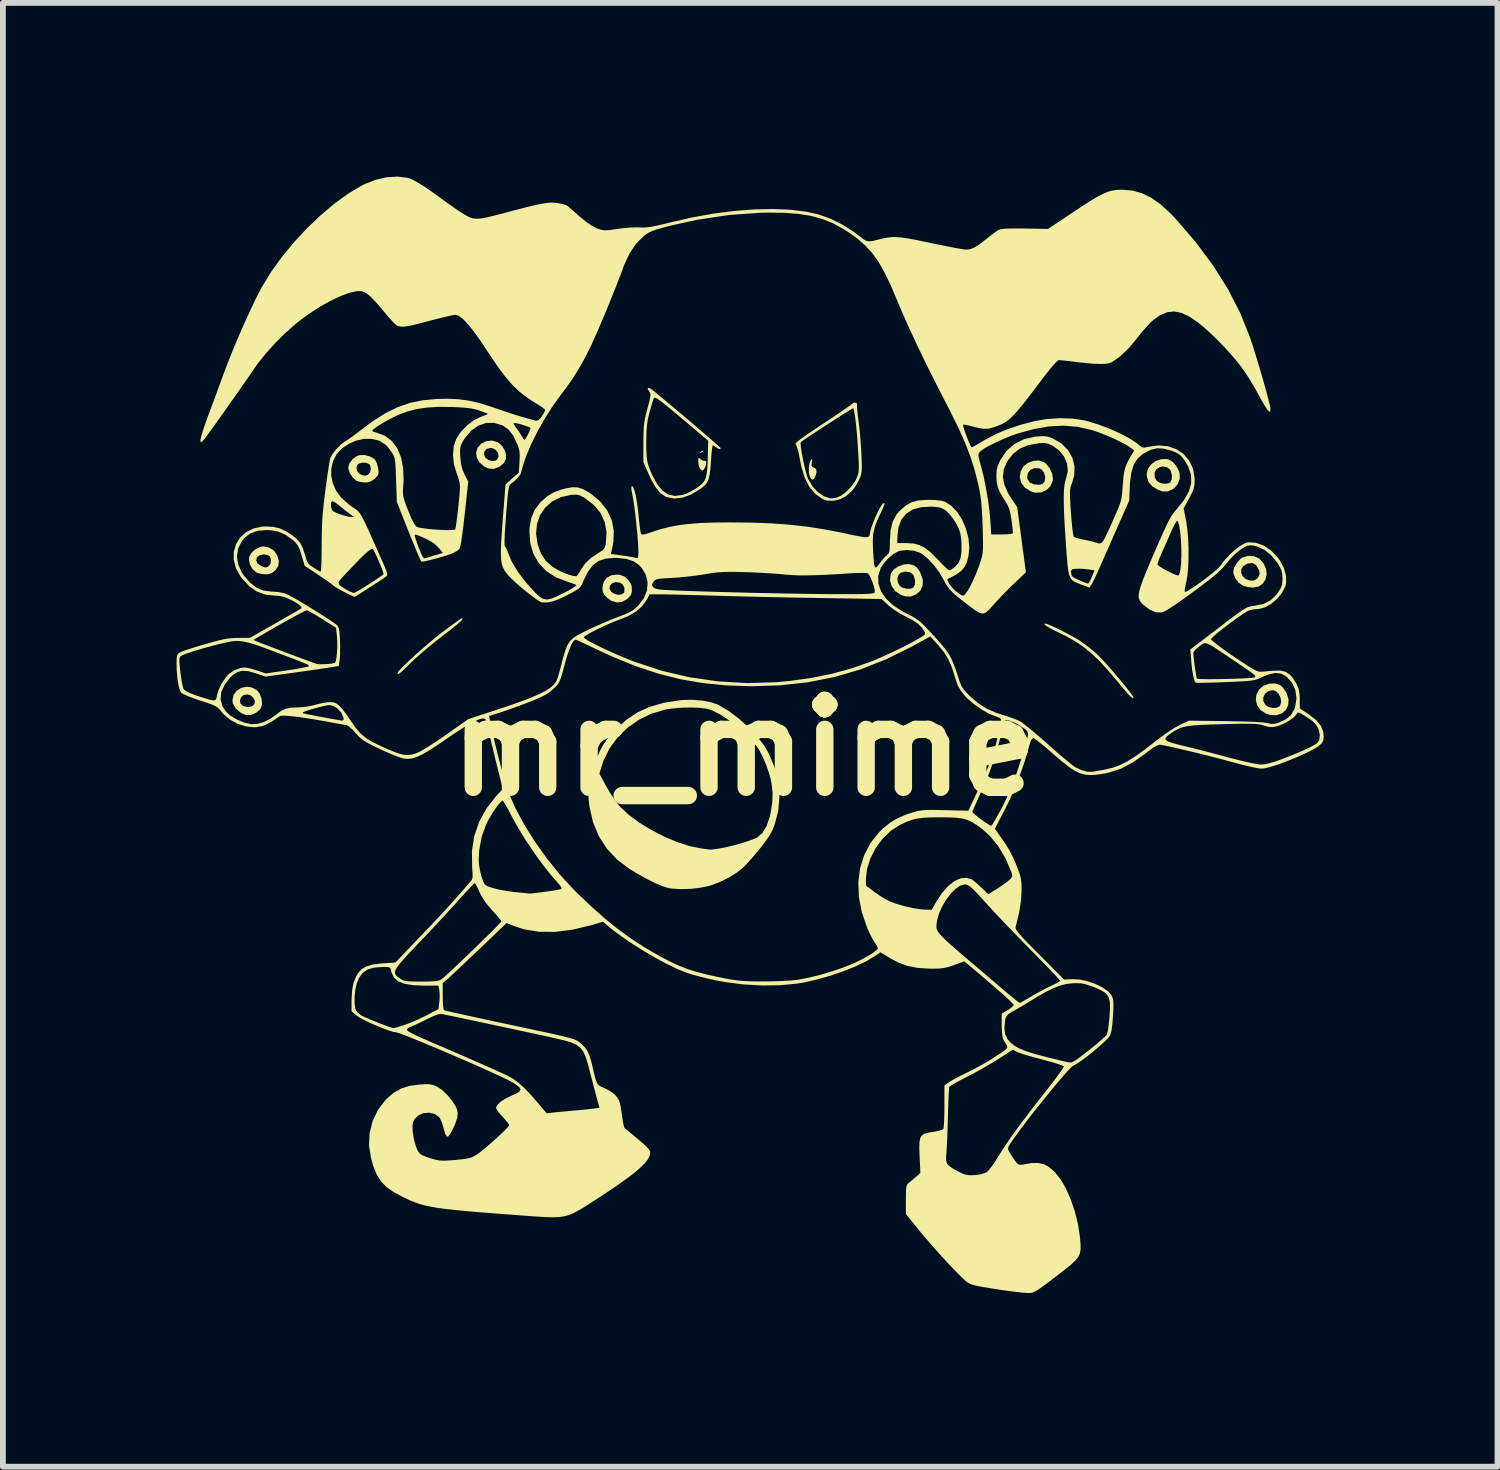
<source format=kicad_pcb>
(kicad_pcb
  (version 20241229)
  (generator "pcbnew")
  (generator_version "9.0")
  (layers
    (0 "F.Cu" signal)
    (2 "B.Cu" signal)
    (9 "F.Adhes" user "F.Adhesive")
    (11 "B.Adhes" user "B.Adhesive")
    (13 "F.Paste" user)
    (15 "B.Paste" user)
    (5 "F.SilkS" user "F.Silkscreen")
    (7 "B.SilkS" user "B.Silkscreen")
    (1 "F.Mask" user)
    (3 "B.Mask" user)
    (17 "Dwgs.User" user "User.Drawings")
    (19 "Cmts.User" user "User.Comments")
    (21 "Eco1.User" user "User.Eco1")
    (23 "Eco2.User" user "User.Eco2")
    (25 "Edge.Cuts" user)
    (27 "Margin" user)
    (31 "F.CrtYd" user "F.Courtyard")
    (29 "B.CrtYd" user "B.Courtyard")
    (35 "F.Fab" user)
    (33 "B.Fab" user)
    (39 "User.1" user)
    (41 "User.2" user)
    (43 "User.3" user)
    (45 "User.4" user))
  (footprint "mr_mime"
    (layer "F.Cu")
    (at 9.803 9.87)
    (property "Reference" "mr_mime" (at 0 0 0) (layer "F.SilkS") (effects (font (size 1.5 1.5) (thickness 0.3))))
    (attr board_only exclude_from_pos_files exclude_from_bom)
    (fp_poly (pts (xy -0.712 -5.133) (xy -0.719 -5.116) (xy -0.74 -5.104) (xy -0.767 -5.097) (xy -0.756 -5.114) (xy -0.753 -5.117) (xy -0.723 -5.135)) (stroke (width 0) (type solid)) (fill yes) (layer "F.SilkS"))
    (fp_poly (pts (xy -0.756 -4.988) (xy -0.714 -4.964) (xy -0.687 -4.963) (xy -0.661 -4.956) (xy -0.655 -4.928) (xy -0.665 -4.872) (xy -0.689 -4.821) (xy -0.718 -4.794) (xy -0.724 -4.793) (xy -0.751 -4.811) (xy -0.769 -4.837) (xy -0.787 -4.893) (xy -0.793 -4.954) (xy -0.791 -5.001) (xy -0.779 -5.009)) (stroke (width 0) (type solid)) (fill yes) (layer "F.SilkS"))
    (fp_poly (pts (xy 1.177 -4.984) (xy 1.169 -4.937) (xy 1.169 -4.935) (xy 1.164 -4.881) (xy 1.179 -4.855) (xy 1.204 -4.846) (xy 1.243 -4.818) (xy 1.25 -4.761) (xy 1.23 -4.691) (xy 1.201 -4.642) (xy 1.17 -4.638) (xy 1.139 -4.676) (xy 1.12 -4.741) (xy 1.116 -4.824) (xy 1.125 -4.905) (xy 1.147 -4.964) (xy 1.149 -4.966) (xy 1.171 -4.992)) (stroke (width 0) (type solid)) (fill yes) (layer "F.SilkS"))
    (fp_poly (pts (xy -4.863 -2.235) (xy -4.87 -2.217) (xy -4.903 -2.182) (xy -4.965 -2.129) (xy -5.057 -2.054) (xy -5.184 -1.957) (xy -5.212 -1.935) (xy -5.34 -1.835) (xy -5.471 -1.728) (xy -5.594 -1.622) (xy -5.699 -1.528) (xy -5.758 -1.472) (xy -5.85 -1.381) (xy -5.915 -1.32) (xy -5.957 -1.287) (xy -5.98 -1.278) (xy -5.988 -1.291) (xy -5.988 -1.294) (xy -5.971 -1.323) (xy -5.924 -1.375) (xy -5.853 -1.447) (xy -5.763 -1.532) (xy -5.659 -1.627) (xy -5.547 -1.725) (xy -5.433 -1.823) (xy -5.323 -1.914) (xy -5.221 -1.995) (xy -5.205 -2.006) (xy -5.102 -2.084) (xy -5.011 -2.15) (xy -4.939 -2.202) (xy -4.892 -2.233) (xy -4.878 -2.241)) (stroke (width 0) (type solid)) (fill yes) (layer "F.SilkS"))
    (fp_poly (pts (xy -4.259 -5.283) (xy -4.181 -5.22) (xy -4.129 -5.128) (xy -4.116 -5.081) (xy -4.115 -4.991) (xy -4.153 -4.919) (xy -4.225 -4.86) (xy -4.321 -4.821) (xy -4.412 -4.826) (xy -4.485 -4.86) (xy -4.571 -4.932) (xy -4.619 -5.017) (xy -4.627 -5.077) (xy -4.494 -5.077) (xy -4.474 -5.021) (xy -4.425 -4.978) (xy -4.361 -4.957) (xy -4.299 -4.962) (xy -4.269 -4.981) (xy -4.242 -5.035) (xy -4.25 -5.094) (xy -4.287 -5.147) (xy -4.344 -5.179) (xy -4.378 -5.183) (xy -4.449 -5.167) (xy -4.487 -5.119) (xy -4.494 -5.077) (xy -4.627 -5.077) (xy -4.63 -5.105) (xy -4.604 -5.187) (xy -4.543 -5.256) (xy -4.459 -5.298) (xy -4.355 -5.311)) (stroke (width 0) (type solid)) (fill yes) (layer "F.SilkS"))
    (fp_poly (pts (xy -8.508 -1.047) (xy -8.424 -1.006) (xy -8.369 -0.941) (xy -8.336 -0.854) (xy -8.325 -0.755) (xy -8.354 -0.676) (xy -8.424 -0.613) (xy -8.43 -0.609) (xy -8.525 -0.569) (xy -8.616 -0.573) (xy -8.692 -0.607) (xy -8.783 -0.683) (xy -8.831 -0.772) (xy -8.838 -0.827) (xy -8.709 -0.827) (xy -8.701 -0.773) (xy -8.66 -0.73) (xy -8.645 -0.723) (xy -8.569 -0.707) (xy -8.501 -0.72) (xy -8.461 -0.753) (xy -8.45 -0.808) (xy -8.474 -0.864) (xy -8.523 -0.909) (xy -8.578 -0.926) (xy -8.643 -0.916) (xy -8.688 -0.879) (xy -8.709 -0.827) (xy -8.838 -0.827) (xy -8.838 -0.83) (xy -8.818 -0.918) (xy -8.762 -0.991) (xy -8.683 -1.04) (xy -8.589 -1.059)) (stroke (width 0) (type solid)) (fill yes) (layer "F.SilkS"))
    (fp_poly (pts (xy -2.139 -2.99) (xy -2.061 -2.957) (xy -1.994 -2.895) (xy -1.949 -2.82) (xy -1.94 -2.774) (xy -1.94 -2.697) (xy -1.955 -2.646) (xy -1.992 -2.6) (xy -2.013 -2.58) (xy -2.102 -2.526) (xy -2.199 -2.514) (xy -2.297 -2.544) (xy -2.366 -2.594) (xy -2.419 -2.651) (xy -2.443 -2.704) (xy -2.447 -2.755) (xy -2.326 -2.755) (xy -2.298 -2.701) (xy -2.242 -2.662) (xy -2.176 -2.646) (xy -2.115 -2.654) (xy -2.074 -2.685) (xy -2.07 -2.694) (xy -2.066 -2.762) (xy -2.097 -2.823) (xy -2.146 -2.857) (xy -2.218 -2.866) (xy -2.278 -2.847) (xy -2.317 -2.807) (xy -2.326 -2.755) (xy -2.447 -2.755) (xy -2.448 -2.768) (xy -2.428 -2.866) (xy -2.374 -2.94) (xy -2.29 -2.985) (xy -2.185 -2.996)) (stroke (width 0) (type solid)) (fill yes) (layer "F.SilkS"))
    (fp_poly (pts (xy 5.177 -4.939) (xy 5.212 -4.914) (xy 5.277 -4.834) (xy 5.32 -4.739) (xy 5.334 -4.646) (xy 5.331 -4.62) (xy 5.292 -4.525) (xy 5.222 -4.455) (xy 5.131 -4.415) (xy 5.029 -4.41) (xy 4.95 -4.433) (xy 4.847 -4.498) (xy 4.783 -4.583) (xy 4.763 -4.671) (xy 4.889 -4.671) (xy 4.893 -4.649) (xy 4.93 -4.589) (xy 5 -4.554) (xy 5.091 -4.547) (xy 5.151 -4.558) (xy 5.183 -4.591) (xy 5.192 -4.612) (xy 5.2 -4.686) (xy 5.178 -4.758) (xy 5.135 -4.812) (xy 5.1 -4.83) (xy 5.013 -4.834) (xy 4.943 -4.804) (xy 4.899 -4.747) (xy 4.889 -4.671) (xy 4.763 -4.671) (xy 4.76 -4.684) (xy 4.777 -4.783) (xy 4.825 -4.865) (xy 4.902 -4.925) (xy 4.994 -4.96) (xy 5.089 -4.966)) (stroke (width 0) (type solid)) (fill yes) (layer "F.SilkS"))
    (fp_poly (pts (xy 9.256 -1.087) (xy 9.263 -1.083) (xy 9.31 -1.038) (xy 9.356 -0.971) (xy 9.371 -0.944) (xy 9.404 -0.836) (xy 9.396 -0.738) (xy 9.356 -0.657) (xy 9.287 -0.598) (xy 9.197 -0.567) (xy 9.09 -0.57) (xy 9.009 -0.596) (xy 8.919 -0.656) (xy 8.862 -0.737) (xy 8.843 -0.81) (xy 8.967 -0.81) (xy 8.999 -0.75) (xy 9.054 -0.711) (xy 9.129 -0.692) (xy 9.201 -0.697) (xy 9.251 -0.724) (xy 9.257 -0.732) (xy 9.276 -0.796) (xy 9.265 -0.869) (xy 9.231 -0.937) (xy 9.181 -0.985) (xy 9.132 -1) (xy 9.053 -0.983) (xy 8.997 -0.938) (xy 8.967 -0.877) (xy 8.967 -0.81) (xy 8.843 -0.81) (xy 8.838 -0.83) (xy 8.848 -0.924) (xy 8.893 -1.01) (xy 8.968 -1.074) (xy 9.066 -1.111) (xy 9.167 -1.116)) (stroke (width 0) (type solid)) (fill yes) (layer "F.SilkS"))
    (fp_poly (pts (xy -8.206 -3.463) (xy -8.121 -3.409) (xy -8.066 -3.332) (xy -8.037 -3.232) (xy -8.045 -3.15) (xy -8.09 -3.078) (xy -8.101 -3.067) (xy -8.159 -3.02) (xy -8.223 -3.002) (xy -8.268 -3.001) (xy -8.346 -3.009) (xy -8.415 -3.028) (xy -8.427 -3.034) (xy -8.493 -3.092) (xy -8.537 -3.174) (xy -8.549 -3.239) (xy -8.428 -3.239) (xy -8.405 -3.188) (xy -8.35 -3.149) (xy -8.296 -3.126) (xy -8.266 -3.118) (xy -8.243 -3.124) (xy -8.216 -3.138) (xy -8.183 -3.179) (xy -8.172 -3.239) (xy -8.185 -3.298) (xy -8.199 -3.317) (xy -8.241 -3.337) (xy -8.298 -3.345) (xy -8.372 -3.329) (xy -8.416 -3.29) (xy -8.428 -3.239) (xy -8.549 -3.239) (xy -8.553 -3.262) (xy -8.547 -3.307) (xy -8.506 -3.377) (xy -8.436 -3.437) (xy -8.354 -3.475) (xy -8.305 -3.482)) (stroke (width 0) (type solid)) (fill yes) (layer "F.SilkS"))
    (fp_poly (pts (xy 2.854 -3.176) (xy 2.93 -3.156) (xy 2.985 -3.116) (xy 3.033 -3.047) (xy 3.047 -3.019) (xy 3.086 -2.905) (xy 3.083 -2.802) (xy 3.04 -2.714) (xy 2.972 -2.655) (xy 2.879 -2.617) (xy 2.784 -2.619) (xy 2.71 -2.644) (xy 2.612 -2.708) (xy 2.548 -2.795) (xy 2.519 -2.896) (xy 2.523 -2.932) (xy 2.647 -2.932) (xy 2.653 -2.864) (xy 2.684 -2.804) (xy 2.729 -2.771) (xy 2.808 -2.751) (xy 2.881 -2.753) (xy 2.926 -2.774) (xy 2.949 -2.825) (xy 2.951 -2.896) (xy 2.933 -2.967) (xy 2.918 -2.995) (xy 2.864 -3.035) (xy 2.788 -3.047) (xy 2.713 -3.031) (xy 2.666 -2.992) (xy 2.647 -2.932) (xy 2.523 -2.932) (xy 2.531 -3.001) (xy 2.544 -3.033) (xy 2.591 -3.09) (xy 2.667 -3.138) (xy 2.756 -3.17) (xy 2.842 -3.178)) (stroke (width 0) (type solid)) (fill yes) (layer "F.SilkS"))
    (fp_poly (pts (xy 5.24 -2.139) (xy 5.308 -2.11) (xy 5.397 -2.069) (xy 5.499 -2.019) (xy 5.602 -1.965) (xy 5.699 -1.912) (xy 5.779 -1.865) (xy 5.792 -1.857) (xy 5.891 -1.787) (xy 5.999 -1.703) (xy 6.096 -1.62) (xy 6.103 -1.613) (xy 6.155 -1.56) (xy 6.225 -1.486) (xy 6.305 -1.396) (xy 6.391 -1.297) (xy 6.477 -1.196) (xy 6.558 -1.098) (xy 6.628 -1.011) (xy 6.683 -0.94) (xy 6.716 -0.893) (xy 6.724 -0.877) (xy 6.717 -0.862) (xy 6.695 -0.872) (xy 6.654 -0.909) (xy 6.593 -0.976) (xy 6.509 -1.076) (xy 6.453 -1.144) (xy 6.288 -1.339) (xy 6.139 -1.501) (xy 5.998 -1.635) (xy 5.859 -1.749) (xy 5.712 -1.847) (xy 5.552 -1.937) (xy 5.41 -2.006) (xy 5.307 -2.057) (xy 5.233 -2.099) (xy 5.192 -2.129) (xy 5.187 -2.147) (xy 5.202 -2.149)) (stroke (width 0) (type solid)) (fill yes) (layer "F.SilkS"))
    (fp_poly (pts (xy 7.337 -4.983) (xy 7.399 -4.944) (xy 7.459 -4.876) (xy 7.505 -4.795) (xy 7.521 -4.751) (xy 7.524 -4.651) (xy 7.488 -4.556) (xy 7.421 -4.482) (xy 7.415 -4.477) (xy 7.32 -4.433) (xy 7.223 -4.433) (xy 7.149 -4.459) (xy 7.046 -4.522) (xy 6.983 -4.597) (xy 6.956 -4.692) (xy 6.953 -4.736) (xy 6.957 -4.751) (xy 7.089 -4.751) (xy 7.091 -4.677) (xy 7.118 -4.626) (xy 7.141 -4.603) (xy 7.2 -4.574) (xy 7.272 -4.564) (xy 7.337 -4.574) (xy 7.363 -4.59) (xy 7.385 -4.641) (xy 7.388 -4.712) (xy 7.37 -4.783) (xy 7.354 -4.811) (xy 7.303 -4.851) (xy 7.236 -4.863) (xy 7.169 -4.848) (xy 7.115 -4.811) (xy 7.089 -4.755) (xy 7.089 -4.751) (xy 6.957 -4.751) (xy 6.974 -4.824) (xy 7.031 -4.9) (xy 7.112 -4.958) (xy 7.207 -4.99) (xy 7.305 -4.991)) (stroke (width 0) (type solid)) (fill yes) (layer "F.SilkS"))
    (fp_poly (pts (xy 8.805 -3.313) (xy 8.891 -3.275) (xy 8.896 -3.272) (xy 8.971 -3.19) (xy 9.014 -3.098) (xy 9.025 -3.003) (xy 9.006 -2.915) (xy 8.959 -2.841) (xy 8.887 -2.79) (xy 8.79 -2.771) (xy 8.785 -2.771) (xy 8.703 -2.78) (xy 8.625 -2.8) (xy 8.615 -2.804) (xy 8.542 -2.855) (xy 8.483 -2.933) (xy 8.451 -3.017) (xy 8.45 -3.026) (xy 8.585 -3.026) (xy 8.612 -2.966) (xy 8.664 -2.919) (xy 8.739 -2.893) (xy 8.792 -2.892) (xy 8.849 -2.917) (xy 8.882 -2.956) (xy 8.903 -3.007) (xy 8.898 -3.056) (xy 8.885 -3.089) (xy 8.84 -3.163) (xy 8.779 -3.195) (xy 8.698 -3.187) (xy 8.69 -3.184) (xy 8.621 -3.144) (xy 8.587 -3.088) (xy 8.585 -3.026) (xy 8.45 -3.026) (xy 8.448 -3.048) (xy 8.465 -3.119) (xy 8.509 -3.196) (xy 8.567 -3.263) (xy 8.609 -3.292) (xy 8.704 -3.319)) (stroke (width 0) (type solid)) (fill yes) (layer "F.SilkS"))
    (fp_poly (pts (xy -6.464 -5.037) (xy -6.392 -4.996) (xy -6.368 -4.969) (xy -6.343 -4.914) (xy -6.323 -4.84) (xy -6.32 -4.822) (xy -6.313 -4.757) (xy -6.325 -4.713) (xy -6.364 -4.669) (xy -6.378 -4.655) (xy -6.443 -4.607) (xy -6.511 -4.588) (xy -6.548 -4.587) (xy -6.623 -4.594) (xy -6.687 -4.612) (xy -6.696 -4.617) (xy -6.761 -4.672) (xy -6.812 -4.749) (xy -6.837 -4.828) (xy -6.838 -4.84) (xy -6.698 -4.84) (xy -6.683 -4.78) (xy -6.637 -4.733) (xy -6.632 -4.73) (xy -6.576 -4.706) (xy -6.537 -4.705) (xy -6.492 -4.725) (xy -6.459 -4.765) (xy -6.448 -4.825) (xy -6.461 -4.884) (xy -6.475 -4.903) (xy -6.523 -4.925) (xy -6.589 -4.929) (xy -6.65 -4.916) (xy -6.677 -4.897) (xy -6.698 -4.84) (xy -6.838 -4.84) (xy -6.838 -4.843) (xy -6.818 -4.916) (xy -6.767 -4.986) (xy -6.696 -5.039) (xy -6.643 -5.059) (xy -6.553 -5.06)) (stroke (width 0) (type solid)) (fill yes) (layer "F.SilkS"))
    (fp_poly (pts (xy -1.63 -6.214) (xy -1.603 -6.198) (xy -1.562 -6.166) (xy -1.494 -6.111) (xy -1.405 -6.037) (xy -1.299 -5.948) (xy -1.181 -5.849) (xy -1.056 -5.744) (xy -0.929 -5.637) (xy -0.806 -5.531) (xy -0.691 -5.433) (xy -0.589 -5.345) (xy -0.505 -5.271) (xy -0.443 -5.217) (xy -0.41 -5.186) (xy -0.406 -5.181) (xy -0.411 -5.162) (xy -0.442 -5.168) (xy -0.484 -5.194) (xy -0.524 -5.221) (xy -0.542 -5.229) (xy -0.549 -5.208) (xy -0.557 -5.15) (xy -0.566 -5.065) (xy -0.571 -4.982) (xy -0.582 -4.836) (xy -0.595 -4.727) (xy -0.614 -4.646) (xy -0.641 -4.586) (xy -0.68 -4.538) (xy -0.733 -4.493) (xy -0.745 -4.484) (xy -0.906 -4.384) (xy -1.06 -4.326) (xy -1.206 -4.309) (xy -1.339 -4.335) (xy -1.358 -4.343) (xy -1.443 -4.4) (xy -1.526 -4.499) (xy -1.608 -4.641) (xy -1.654 -4.741) (xy -1.741 -4.94) (xy -1.74 -5.274) (xy -1.74 -5.287) (xy -1.691 -5.287) (xy -1.69 -5.149) (xy -1.685 -5.045) (xy -1.675 -4.962) (xy -1.657 -4.888) (xy -1.628 -4.809) (xy -1.587 -4.713) (xy -1.586 -4.712) (xy -1.503 -4.557) (xy -1.413 -4.446) (xy -1.311 -4.379) (xy -1.198 -4.354) (xy -1.07 -4.37) (xy -0.995 -4.395) (xy -0.919 -4.432) (xy -0.832 -4.484) (xy -0.787 -4.515) (xy -0.733 -4.559) (xy -0.693 -4.603) (xy -0.666 -4.657) (xy -0.648 -4.728) (xy -0.637 -4.824) (xy -0.63 -4.954) (xy -0.628 -5.033) (xy -0.621 -5.308) (xy -1.079 -5.695) (xy -1.22 -5.813) (xy -1.33 -5.904) (xy -1.413 -5.97) (xy -1.473 -6.015) (xy -1.514 -6.041) (xy -1.54 -6.051) (xy -1.555 -6.048) (xy -1.559 -6.042) (xy -1.575 -6.003) (xy -1.597 -5.932) (xy -1.623 -5.841) (xy -1.636 -5.794) (xy -1.662 -5.685) (xy -1.678 -5.583) (xy -1.687 -5.47) (xy -1.69 -5.333) (xy -1.691 -5.287) (xy -1.74 -5.287) (xy -1.739 -5.415) (xy -1.735 -5.523) (xy -1.726 -5.614) (xy -1.711 -5.701) (xy -1.688 -5.797) (xy -1.671 -5.862) (xy -1.641 -5.973) (xy -1.624 -6.05) (xy -1.618 -6.099) (xy -1.622 -6.13) (xy -1.634 -6.151) (xy -1.665 -6.197) (xy -1.662 -6.221)) (stroke (width 0) (type solid)) (fill yes) (layer "F.SilkS"))
    (fp_poly (pts (xy 1.951 -5.948) (xy 1.951 -5.932) (xy 1.949 -5.897) (xy 1.954 -5.828) (xy 1.964 -5.735) (xy 1.974 -5.662) (xy 1.989 -5.546) (xy 2.003 -5.402) (xy 2.015 -5.247) (xy 2.024 -5.1) (xy 2.024 -5.087) (xy 2.03 -4.955) (xy 2.032 -4.86) (xy 2.03 -4.791) (xy 2.023 -4.74) (xy 2.011 -4.696) (xy 1.992 -4.651) (xy 1.981 -4.627) (xy 1.927 -4.527) (xy 1.872 -4.452) (xy 1.8 -4.384) (xy 1.754 -4.348) (xy 1.658 -4.297) (xy 1.547 -4.271) (xy 1.438 -4.273) (xy 1.356 -4.299) (xy 1.229 -4.39) (xy 1.125 -4.513) (xy 1.045 -4.672) (xy 0.986 -4.868) (xy 0.965 -4.976) (xy 0.943 -5.093) (xy 0.92 -5.18) (xy 0.899 -5.232) (xy 0.891 -5.242) (xy 0.887 -5.254) (xy 0.888 -5.255) (xy 0.975 -5.255) (xy 0.981 -5.191) (xy 0.994 -5.104) (xy 1.013 -5.002) (xy 1.035 -4.895) (xy 1.059 -4.795) (xy 1.082 -4.71) (xy 1.103 -4.651) (xy 1.104 -4.648) (xy 1.178 -4.523) (xy 1.272 -4.42) (xy 1.377 -4.348) (xy 1.484 -4.313) (xy 1.497 -4.312) (xy 1.536 -4.315) (xy 1.595 -4.324) (xy 1.596 -4.325) (xy 1.672 -4.357) (xy 1.757 -4.42) (xy 1.84 -4.503) (xy 1.908 -4.594) (xy 1.94 -4.655) (xy 1.958 -4.699) (xy 1.971 -4.74) (xy 1.978 -4.785) (xy 1.981 -4.843) (xy 1.98 -4.922) (xy 1.974 -5.032) (xy 1.966 -5.167) (xy 1.955 -5.338) (xy 1.941 -5.496) (xy 1.927 -5.634) (xy 1.913 -5.746) (xy 1.899 -5.826) (xy 1.886 -5.867) (xy 1.884 -5.87) (xy 1.864 -5.86) (xy 1.812 -5.828) (xy 1.735 -5.78) (xy 1.639 -5.719) (xy 1.531 -5.65) (xy 1.417 -5.577) (xy 1.304 -5.503) (xy 1.198 -5.433) (xy 1.106 -5.372) (xy 1.034 -5.324) (xy 0.989 -5.292) (xy 0.978 -5.284) (xy 0.975 -5.255) (xy 0.888 -5.255) (xy 0.902 -5.276) (xy 0.94 -5.309) (xy 1.003 -5.356) (xy 1.094 -5.421) (xy 1.219 -5.505) (xy 1.353 -5.594) (xy 1.488 -5.683) (xy 1.609 -5.765) (xy 1.713 -5.836) (xy 1.793 -5.891) (xy 1.845 -5.929) (xy 1.863 -5.943) (xy 1.892 -5.963) (xy 1.928 -5.964)) (stroke (width 0) (type solid)) (fill yes) (layer "F.SilkS"))
    (fp_poly (pts (xy -0.731 -0.82) (xy -0.582 -0.793) (xy -0.46 -0.753) (xy -0.441 -0.743) (xy -0.271 -0.643) (xy -0.1 -0.515) (xy 0.065 -0.368) (xy 0.215 -0.211) (xy 0.339 -0.053) (xy 0.423 0.087) (xy 0.526 0.337) (xy 0.588 0.591) (xy 0.609 0.844) (xy 0.588 1.091) (xy 0.526 1.327) (xy 0.486 1.424) (xy 0.439 1.509) (xy 0.365 1.617) (xy 0.271 1.739) (xy 0.166 1.865) (xy 0.056 1.988) (xy -0.011 2.058) (xy -0.12 2.147) (xy -0.26 2.235) (xy -0.418 2.313) (xy -0.578 2.373) (xy -0.604 2.381) (xy -0.752 2.412) (xy -0.918 2.432) (xy -1.086 2.437) (xy -1.238 2.429) (xy -1.31 2.418) (xy -1.408 2.387) (xy -1.535 2.334) (xy -1.682 2.261) (xy -1.84 2.173) (xy -1.988 2.083) (xy -2.199 1.923) (xy -2.373 1.736) (xy -2.511 1.521) (xy -2.61 1.283) (xy -2.67 1.02) (xy -2.675 0.984) (xy -2.686 0.884) (xy -2.69 0.807) (xy -2.686 0.735) (xy -2.672 0.654) (xy -2.647 0.545) (xy -2.645 0.536) (xy -2.621 0.441) (xy -2.501 0.441) (xy -2.38 0.664) (xy -2.316 0.774) (xy -2.243 0.884) (xy -2.172 0.979) (xy -2.138 1.019) (xy -1.99 1.156) (xy -1.807 1.291) (xy -1.6 1.417) (xy -1.378 1.531) (xy -1.154 1.625) (xy -0.937 1.695) (xy -0.744 1.734) (xy -0.666 1.744) (xy -0.609 1.752) (xy -0.586 1.755) (xy -0.559 1.753) (xy -0.5 1.746) (xy -0.425 1.735) (xy -0.304 1.711) (xy -0.169 1.678) (xy -0.033 1.64) (xy 0.09 1.6) (xy 0.188 1.562) (xy 0.227 1.543) (xy 0.314 1.469) (xy 0.386 1.352) (xy 0.441 1.192) (xy 0.461 1.099) (xy 0.487 0.925) (xy 0.491 0.772) (xy 0.474 0.618) (xy 0.457 0.533) (xy 0.424 0.414) (xy 0.377 0.284) (xy 0.322 0.156) (xy 0.266 0.045) (xy 0.218 -0.029) (xy 0.112 -0.153) (xy -0.014 -0.277) (xy -0.151 -0.395) (xy -0.291 -0.5) (xy -0.426 -0.587) (xy -0.548 -0.648) (xy -0.631 -0.676) (xy -0.755 -0.693) (xy -0.907 -0.7) (xy -1.072 -0.697) (xy -1.233 -0.684) (xy -1.359 -0.665) (xy -1.597 -0.595) (xy -1.818 -0.489) (xy -2.016 -0.349) (xy -2.188 -0.182) (xy -2.327 0.01) (xy -2.43 0.221) (xy -2.449 0.278) (xy -2.501 0.441) (xy -2.621 0.441) (xy -2.596 0.344) (xy -2.548 0.188) (xy -2.496 0.058) (xy -2.435 -0.054) (xy -2.361 -0.16) (xy -2.268 -0.268) (xy -2.221 -0.318) (xy -2.04 -0.483) (xy -1.845 -0.614) (xy -1.63 -0.712) (xy -1.39 -0.781) (xy -1.117 -0.824) (xy -1.053 -0.83) (xy -0.893 -0.833)) (stroke (width 0) (type solid)) (fill yes) (layer "F.SilkS"))
    (fp_poly (pts (xy -5.82 -9.85) (xy -5.768 -9.835) (xy -5.708 -9.807) (xy -5.622 -9.758) (xy -5.519 -9.694) (xy -5.411 -9.62) (xy -5.379 -9.597) (xy -5.209 -9.474) (xy -5.072 -9.376) (xy -4.963 -9.3) (xy -4.877 -9.243) (xy -4.809 -9.202) (xy -4.756 -9.174) (xy -4.713 -9.157) (xy -4.674 -9.147) (xy -4.65 -9.144) (xy -4.598 -9.143) (xy -4.528 -9.15) (xy -4.434 -9.168) (xy -4.309 -9.198) (xy -4.148 -9.239) (xy -4.113 -9.249) (xy -3.91 -9.303) (xy -3.745 -9.345) (xy -3.613 -9.377) (xy -3.507 -9.399) (xy -3.423 -9.413) (xy -3.353 -9.419) (xy -3.292 -9.419) (xy -3.235 -9.414) (xy -3.222 -9.412) (xy -3.142 -9.397) (xy -3.077 -9.376) (xy -3.049 -9.362) (xy -3.016 -9.333) (xy -2.958 -9.283) (xy -2.885 -9.218) (xy -2.834 -9.174) (xy -2.73 -9.089) (xy -2.63 -9.02) (xy -2.547 -8.977) (xy -2.541 -8.975) (xy -2.487 -8.955) (xy -2.441 -8.945) (xy -2.391 -8.942) (xy -2.324 -8.947) (xy -2.229 -8.96) (xy -2.178 -8.967) (xy -2.059 -8.982) (xy -1.941 -8.991) (xy -1.841 -8.994) (xy -1.797 -8.992) (xy -1.737 -8.99) (xy -1.67 -8.994) (xy -1.589 -9.006) (xy -1.484 -9.028) (xy -1.348 -9.06) (xy -1.268 -9.08) (xy -0.898 -9.164) (xy -0.531 -9.23) (xy -0.171 -9.276) (xy 0.174 -9.303) (xy 0.501 -9.31) (xy 0.803 -9.297) (xy 1.075 -9.263) (xy 1.287 -9.216) (xy 1.487 -9.144) (xy 1.692 -9.043) (xy 1.887 -8.921) (xy 1.985 -8.847) (xy 2.056 -8.791) (xy 2.108 -8.76) (xy 2.159 -8.751) (xy 2.224 -8.759) (xy 2.307 -8.779) (xy 2.398 -8.801) (xy 2.477 -8.816) (xy 2.551 -8.825) (xy 2.628 -8.825) (xy 2.716 -8.818) (xy 2.822 -8.803) (xy 2.953 -8.779) (xy 3.118 -8.745) (xy 3.217 -8.724) (xy 3.373 -8.692) (xy 3.517 -8.663) (xy 3.643 -8.639) (xy 3.742 -8.621) (xy 3.808 -8.611) (xy 3.83 -8.608) (xy 3.897 -8.615) (xy 3.965 -8.639) (xy 4.042 -8.684) (xy 4.139 -8.757) (xy 4.18 -8.79) (xy 4.259 -8.853) (xy 4.331 -8.907) (xy 4.384 -8.944) (xy 4.398 -8.952) (xy 4.441 -8.963) (xy 4.518 -8.971) (xy 4.634 -8.974) (xy 4.791 -8.974) (xy 4.85 -8.973) (xy 5.248 -8.966) (xy 5.688 -9.259) (xy 5.857 -9.371) (xy 5.995 -9.459) (xy 6.108 -9.526) (xy 6.201 -9.574) (xy 6.282 -9.608) (xy 6.355 -9.628) (xy 6.428 -9.639) (xy 6.506 -9.643) (xy 6.528 -9.643) (xy 6.703 -9.629) (xy 6.867 -9.584) (xy 7.027 -9.507) (xy 7.189 -9.393) (xy 7.357 -9.241) (xy 7.451 -9.143) (xy 7.798 -8.74) (xy 8.1 -8.334) (xy 8.357 -7.925) (xy 8.569 -7.512) (xy 8.735 -7.098) (xy 8.741 -7.08) (xy 8.785 -6.949) (xy 8.831 -6.801) (xy 8.879 -6.643) (xy 8.927 -6.482) (xy 8.972 -6.325) (xy 9.013 -6.179) (xy 9.047 -6.051) (xy 9.073 -5.948) (xy 9.088 -5.877) (xy 9.091 -5.85) (xy 9.085 -5.813) (xy 9.066 -5.812) (xy 9.033 -5.848) (xy 8.984 -5.923) (xy 8.919 -6.038) (xy 8.881 -6.109) (xy 8.812 -6.234) (xy 8.734 -6.363) (xy 8.658 -6.482) (xy 8.593 -6.575) (xy 8.591 -6.578) (xy 8.45 -6.752) (xy 8.291 -6.929) (xy 8.125 -7.098) (xy 7.964 -7.247) (xy 7.847 -7.344) (xy 7.693 -7.45) (xy 7.556 -7.515) (xy 7.429 -7.541) (xy 7.306 -7.527) (xy 7.182 -7.474) (xy 7.073 -7.398) (xy 7.015 -7.345) (xy 6.941 -7.266) (xy 6.86 -7.172) (xy 6.792 -7.086) (xy 6.645 -6.909) (xy 6.499 -6.769) (xy 6.36 -6.67) (xy 6.34 -6.658) (xy 6.273 -6.64) (xy 6.164 -6.633) (xy 6.013 -6.639) (xy 5.818 -6.658) (xy 5.747 -6.666) (xy 5.637 -6.68) (xy 5.541 -6.691) (xy 5.469 -6.698) (xy 5.433 -6.701) (xy 5.406 -6.682) (xy 5.355 -6.63) (xy 5.286 -6.549) (xy 5.202 -6.443) (xy 5.149 -6.373) (xy 5.008 -6.186) (xy 4.891 -6.034) (xy 4.793 -5.91) (xy 4.712 -5.813) (xy 4.643 -5.738) (xy 4.584 -5.682) (xy 4.53 -5.64) (xy 4.479 -5.608) (xy 4.435 -5.587) (xy 4.315 -5.54) (xy 4.217 -5.516) (xy 4.124 -5.515) (xy 4.02 -5.534) (xy 3.965 -5.548) (xy 3.883 -5.57) (xy 3.818 -5.583) (xy 3.782 -5.586) (xy 3.78 -5.585) (xy 3.783 -5.562) (xy 3.799 -5.509) (xy 3.823 -5.436) (xy 3.853 -5.357) (xy 3.883 -5.282) (xy 3.909 -5.223) (xy 3.926 -5.192) (xy 3.927 -5.191) (xy 3.947 -5.2) (xy 3.999 -5.229) (xy 4.074 -5.272) (xy 4.16 -5.322) (xy 4.346 -5.422) (xy 4.547 -5.507) (xy 4.776 -5.583) (xy 5.011 -5.645) (xy 5.223 -5.682) (xy 5.448 -5.697) (xy 5.67 -5.69) (xy 5.873 -5.66) (xy 5.93 -5.646) (xy 6.122 -5.587) (xy 6.311 -5.516) (xy 6.489 -5.436) (xy 6.646 -5.354) (xy 6.773 -5.272) (xy 6.832 -5.224) (xy 6.868 -5.196) (xy 6.907 -5.189) (xy 6.966 -5.199) (xy 6.985 -5.203) (xy 7.159 -5.227) (xy 7.321 -5.212) (xy 7.467 -5.161) (xy 7.59 -5.077) (xy 7.687 -4.964) (xy 7.752 -4.826) (xy 7.78 -4.667) (xy 7.781 -4.632) (xy 7.778 -4.553) (xy 7.766 -4.487) (xy 7.74 -4.419) (xy 7.696 -4.331) (xy 7.686 -4.313) (xy 7.59 -4.139) (xy 7.634 -3.92) (xy 7.654 -3.785) (xy 7.668 -3.627) (xy 7.675 -3.455) (xy 7.675 -3.282) (xy 7.669 -3.118) (xy 7.656 -2.975) (xy 7.636 -2.864) (xy 7.632 -2.848) (xy 7.614 -2.773) (xy 7.609 -2.718) (xy 7.614 -2.698) (xy 7.639 -2.703) (xy 7.691 -2.733) (xy 7.765 -2.78) (xy 7.851 -2.84) (xy 7.944 -2.908) (xy 8.034 -2.977) (xy 8.116 -3.043) (xy 8.181 -3.1) (xy 8.222 -3.142) (xy 8.227 -3.149) (xy 8.302 -3.249) (xy 8.392 -3.346) (xy 8.488 -3.432) (xy 8.582 -3.5) (xy 8.663 -3.543) (xy 8.701 -3.553) (xy 8.837 -3.546) (xy 8.973 -3.497) (xy 9.102 -3.411) (xy 9.216 -3.291) (xy 9.253 -3.239) (xy 9.321 -3.11) (xy 9.358 -2.979) (xy 9.362 -2.858) (xy 9.348 -2.795) (xy 9.291 -2.682) (xy 9.207 -2.579) (xy 9.106 -2.492) (xy 8.998 -2.431) (xy 8.893 -2.403) (xy 8.874 -2.402) (xy 8.801 -2.395) (xy 8.724 -2.378) (xy 8.723 -2.378) (xy 8.682 -2.357) (xy 8.614 -2.314) (xy 8.528 -2.255) (xy 8.432 -2.186) (xy 8.334 -2.112) (xy 8.24 -2.04) (xy 8.159 -1.974) (xy 8.099 -1.921) (xy 8.066 -1.887) (xy 8.063 -1.881) (xy 8.078 -1.86) (xy 8.127 -1.819) (xy 8.203 -1.76) (xy 8.3 -1.689) (xy 8.414 -1.609) (xy 8.452 -1.583) (xy 8.595 -1.487) (xy 8.705 -1.416) (xy 8.788 -1.366) (xy 8.849 -1.334) (xy 8.893 -1.319) (xy 8.919 -1.317) (xy 8.979 -1.321) (xy 9.064 -1.329) (xy 9.133 -1.335) (xy 9.257 -1.338) (xy 9.351 -1.317) (xy 9.425 -1.268) (xy 9.466 -1.222) (xy 9.536 -1.118) (xy 9.577 -1.024) (xy 9.594 -0.92) (xy 9.597 -0.844) (xy 9.597 -0.685) (xy 9.757 -0.578) (xy 9.88 -0.483) (xy 9.96 -0.386) (xy 10.002 -0.282) (xy 10.011 -0.198) (xy 10.003 -0.13) (xy 9.972 -0.078) (xy 9.936 -0.045) (xy 9.867 0.002) (xy 9.766 0.057) (xy 9.642 0.116) (xy 9.504 0.176) (xy 9.361 0.233) (xy 9.223 0.284) (xy 9.099 0.323) (xy 8.998 0.349) (xy 8.937 0.356) (xy 8.881 0.35) (xy 8.791 0.333) (xy 8.677 0.307) (xy 8.55 0.275) (xy 8.476 0.255) (xy 8.33 0.216) (xy 8.17 0.173) (xy 8.002 0.13) (xy 7.832 0.088) (xy 7.669 0.049) (xy 7.517 0.013) (xy 7.385 -0.017) (xy 7.279 -0.04) (xy 7.204 -0.054) (xy 7.173 -0.057) (xy 7.129 -0.043) (xy 7.06 -0.002) (xy 6.974 0.06) (xy 6.937 0.09) (xy 6.721 0.244) (xy 6.51 0.355) (xy 6.298 0.425) (xy 6.233 0.438) (xy 6.102 0.459) (xy 5.991 0.467) (xy 5.894 0.461) (xy 5.803 0.437) (xy 5.711 0.393) (xy 5.609 0.326) (xy 5.49 0.232) (xy 5.347 0.11) (xy 5.326 0.091) (xy 5.227 0.005) (xy 5.137 -0.069) (xy 5.064 -0.127) (xy 5.013 -0.163) (xy 4.993 -0.172) (xy 4.965 -0.151) (xy 4.939 -0.092) (xy 4.934 -0.074) (xy 4.841 0.247) (xy 4.725 0.573) (xy 4.592 0.883) (xy 4.514 1.041) (xy 4.331 1.393) (xy 4.431 1.536) (xy 4.518 1.663) (xy 4.585 1.773) (xy 4.641 1.881) (xy 4.694 2.004) (xy 4.715 2.057) (xy 4.755 2.162) (xy 4.778 2.246) (xy 4.789 2.33) (xy 4.792 2.434) (xy 4.792 2.459) (xy 4.781 2.641) (xy 4.75 2.841) (xy 4.703 3.037) (xy 4.688 3.087) (xy 4.687 3.107) (xy 4.695 3.132) (xy 4.717 3.166) (xy 4.755 3.214) (xy 4.814 3.279) (xy 4.897 3.365) (xy 5.007 3.477) (xy 5.099 3.57) (xy 5.526 3.999) (xy 5.671 3.992) (xy 5.796 3.999) (xy 5.931 4.028) (xy 6.065 4.074) (xy 6.185 4.132) (xy 6.281 4.198) (xy 6.338 4.261) (xy 6.358 4.298) (xy 6.371 4.336) (xy 6.377 4.386) (xy 6.378 4.458) (xy 6.374 4.561) (xy 6.372 4.611) (xy 6.36 4.77) (xy 6.343 4.888) (xy 6.321 4.962) (xy 6.321 4.963) (xy 6.289 5.006) (xy 6.228 5.068) (xy 6.145 5.143) (xy 6.05 5.225) (xy 5.95 5.306) (xy 5.853 5.379) (xy 5.768 5.439) (xy 5.703 5.478) (xy 5.684 5.487) (xy 5.653 5.511) (xy 5.598 5.567) (xy 5.524 5.649) (xy 5.435 5.753) (xy 5.333 5.874) (xy 5.224 6.008) (xy 5.112 6.148) (xy 4.999 6.289) (xy 4.891 6.428) (xy 4.792 6.559) (xy 4.704 6.677) (xy 4.633 6.778) (xy 4.582 6.855) (xy 4.569 6.876) (xy 4.558 6.906) (xy 4.562 6.94) (xy 4.586 6.988) (xy 4.633 7.062) (xy 4.637 7.068) (xy 4.687 7.14) (xy 4.723 7.182) (xy 4.752 7.199) (xy 4.786 7.199) (xy 4.803 7.196) (xy 4.954 7.17) (xy 5.074 7.167) (xy 5.174 7.187) (xy 5.263 7.235) (xy 5.353 7.312) (xy 5.369 7.328) (xy 5.467 7.451) (xy 5.56 7.611) (xy 5.642 7.799) (xy 5.712 8.006) (xy 5.766 8.223) (xy 5.799 8.441) (xy 5.801 8.459) (xy 5.81 8.571) (xy 5.811 8.659) (xy 5.798 8.732) (xy 5.767 8.796) (xy 5.713 8.861) (xy 5.634 8.933) (xy 5.523 9.022) (xy 5.471 9.062) (xy 5.333 9.167) (xy 5.227 9.248) (xy 5.146 9.308) (xy 5.085 9.35) (xy 5.039 9.378) (xy 5.003 9.396) (xy 4.97 9.408) (xy 4.963 9.41) (xy 4.91 9.413) (xy 4.812 9.407) (xy 4.67 9.391) (xy 4.484 9.366) (xy 4.41 9.355) (xy 4.246 9.329) (xy 4.12 9.309) (xy 4.027 9.291) (xy 3.959 9.275) (xy 3.91 9.258) (xy 3.873 9.24) (xy 3.844 9.22) (xy 3.787 9.17) (xy 3.705 9.091) (xy 3.606 8.989) (xy 3.495 8.871) (xy 3.377 8.742) (xy 3.258 8.608) (xy 3.144 8.477) (xy 3.041 8.354) (xy 3.015 8.322) (xy 2.793 8.047) (xy 2.793 7.799) (xy 2.794 7.688) (xy 2.797 7.613) (xy 2.805 7.565) (xy 2.818 7.535) (xy 2.839 7.513) (xy 2.842 7.511) (xy 2.892 7.47) (xy 2.953 7.418) (xy 2.968 7.406) (xy 3.044 7.341) (xy 3.033 7.106) (xy 3.487 7.106) (xy 3.5 7.173) (xy 3.503 7.18) (xy 3.54 7.217) (xy 3.606 7.264) (xy 3.689 7.311) (xy 3.777 7.351) (xy 3.827 7.369) (xy 3.902 7.379) (xy 3.996 7.376) (xy 4.092 7.361) (xy 4.17 7.336) (xy 4.195 7.323) (xy 4.23 7.287) (xy 4.28 7.221) (xy 4.339 7.135) (xy 4.39 7.052) (xy 4.492 6.893) (xy 4.622 6.703) (xy 4.782 6.483) (xy 4.973 6.232) (xy 5.194 5.948) (xy 5.25 5.876) (xy 5.336 5.766) (xy 5.41 5.668) (xy 5.469 5.586) (xy 5.508 5.528) (xy 5.522 5.5) (xy 5.522 5.498) (xy 5.498 5.485) (xy 5.437 5.463) (xy 5.347 5.434) (xy 5.234 5.403) (xy 5.148 5.38) (xy 5.019 5.345) (xy 4.9 5.312) (xy 4.802 5.281) (xy 4.734 5.258) (xy 4.711 5.248) (xy 4.641 5.21) (xy 4.393 5.37) (xy 4.272 5.445) (xy 4.128 5.528) (xy 3.979 5.611) (xy 3.847 5.679) (xy 3.741 5.734) (xy 3.65 5.784) (xy 3.582 5.824) (xy 3.545 5.851) (xy 3.541 5.856) (xy 3.538 5.887) (xy 3.534 5.956) (xy 3.529 6.057) (xy 3.525 6.183) (xy 3.52 6.327) (xy 3.519 6.39) (xy 3.514 6.546) (xy 3.509 6.694) (xy 3.503 6.824) (xy 3.498 6.929) (xy 3.493 7) (xy 3.491 7.013) (xy 3.487 7.106) (xy 3.033 7.106) (xy 3.03 7.049) (xy 3.025 6.908) (xy 3.028 6.806) (xy 3.042 6.735) (xy 3.072 6.688) (xy 3.121 6.659) (xy 3.193 6.641) (xy 3.263 6.63) (xy 3.345 6.615) (xy 3.409 6.597) (xy 3.441 6.58) (xy 3.441 6.579) (xy 3.447 6.548) (xy 3.452 6.478) (xy 3.456 6.381) (xy 3.459 6.263) (xy 3.459 6.191) (xy 3.459 5.83) (xy 3.522 5.781) (xy 3.567 5.752) (xy 3.643 5.71) (xy 3.74 5.66) (xy 3.845 5.608) (xy 3.976 5.542) (xy 4.121 5.463) (xy 4.258 5.382) (xy 4.334 5.334) (xy 4.431 5.27) (xy 4.495 5.225) (xy 4.531 5.193) (xy 4.545 5.17) (xy 4.543 5.149) (xy 4.535 5.135) (xy 4.498 5.073) (xy 4.477 5.037) (xy 4.463 4.989) (xy 4.453 4.907) (xy 4.449 4.83) (xy 4.495 4.83) (xy 4.505 4.932) (xy 4.54 5.015) (xy 4.546 5.023) (xy 4.598 5.086) (xy 4.666 5.141) (xy 4.756 5.191) (xy 4.875 5.238) (xy 5.027 5.286) (xy 5.216 5.336) (xy 5.363 5.372) (xy 5.472 5.399) (xy 5.549 5.417) (xy 5.601 5.427) (xy 5.635 5.431) (xy 5.657 5.429) (xy 5.673 5.422) (xy 5.692 5.412) (xy 5.696 5.41) (xy 5.744 5.38) (xy 5.814 5.329) (xy 5.898 5.264) (xy 5.99 5.192) (xy 6.08 5.118) (xy 6.16 5.05) (xy 6.223 4.994) (xy 6.261 4.957) (xy 6.266 4.949) (xy 6.277 4.909) (xy 6.29 4.834) (xy 6.301 4.736) (xy 6.31 4.638) (xy 6.319 4.493) (xy 6.316 4.385) (xy 6.297 4.305) (xy 6.256 4.245) (xy 6.188 4.196) (xy 6.089 4.149) (xy 5.999 4.114) (xy 5.901 4.081) (xy 5.82 4.064) (xy 5.731 4.061) (xy 5.666 4.064) (xy 5.561 4.076) (xy 5.456 4.103) (xy 5.342 4.147) (xy 5.212 4.211) (xy 5.058 4.299) (xy 4.965 4.356) (xy 4.864 4.418) (xy 4.762 4.479) (xy 4.675 4.529) (xy 4.64 4.549) (xy 4.57 4.591) (xy 4.532 4.628) (xy 4.513 4.673) (xy 4.508 4.697) (xy 4.495 4.83) (xy 4.449 4.83) (xy 4.448 4.804) (xy 4.448 4.788) (xy 4.448 4.588) (xy 4.551 4.527) (xy 4.61 4.487) (xy 4.647 4.452) (xy 4.655 4.437) (xy 4.637 4.411) (xy 4.583 4.357) (xy 4.493 4.275) (xy 4.367 4.164) (xy 4.206 4.025) (xy 4.009 3.857) (xy 3.878 3.747) (xy 3.803 3.684) (xy 3.625 3.749) (xy 3.532 3.78) (xy 3.452 3.799) (xy 3.367 3.809) (xy 3.26 3.811) (xy 3.218 3.811) (xy 3.008 3.799) (xy 2.827 3.765) (xy 2.662 3.705) (xy 2.522 3.63) (xy 2.354 3.528) (xy 2.257 3.594) (xy 2.109 3.683) (xy 1.924 3.771) (xy 1.715 3.855) (xy 1.491 3.932) (xy 1.262 3.997) (xy 1.04 4.048) (xy 0.898 4.071) (xy 0.618 4.097) (xy 0.312 4.101) (xy -0.003 4.084) (xy -0.312 4.045) (xy -0.483 4.014) (xy -0.622 3.983) (xy -0.764 3.948) (xy -0.893 3.913) (xy -0.995 3.881) (xy -1.015 3.874) (xy -1.166 3.812) (xy -1.344 3.725) (xy -1.537 3.621) (xy -1.736 3.504) (xy -1.931 3.381) (xy -2.113 3.257) (xy -2.273 3.139) (xy -2.334 3.089) (xy -2.439 3) (xy -2.633 3.058) (xy -2.956 3.136) (xy -3.258 3.175) (xy -3.539 3.174) (xy -3.798 3.132) (xy -3.983 3.072) (xy -4.104 3.023) (xy -4.554 3.454) (xy -4.679 3.573) (xy -4.799 3.686) (xy -4.907 3.789) (xy -4.998 3.874) (xy -5.067 3.938) (xy -5.105 3.973) (xy -5.206 4.061) (xy -5.206 4.287) (xy -5.204 4.385) (xy -5.199 4.465) (xy -5.19 4.515) (xy -5.184 4.528) (xy -5.158 4.535) (xy -5.091 4.551) (xy -4.989 4.575) (xy -4.856 4.604) (xy -4.697 4.639) (xy -4.517 4.678) (xy -4.32 4.721) (xy -4.202 4.746) (xy -3.93 4.804) (xy -3.699 4.853) (xy -3.506 4.894) (xy -3.347 4.929) (xy -3.218 4.958) (xy -3.116 4.982) (xy -3.036 5.002) (xy -2.976 5.019) (xy -2.931 5.034) (xy -2.898 5.048) (xy -2.873 5.061) (xy -2.853 5.076) (xy -2.833 5.093) (xy -2.815 5.109) (xy -2.754 5.167) (xy -2.71 5.228) (xy -2.674 5.304) (xy -2.643 5.406) (xy -2.621 5.495) (xy -2.592 5.621) (xy -2.569 5.71) (xy -2.549 5.77) (xy -2.527 5.809) (xy -2.499 5.834) (xy -2.461 5.854) (xy -2.413 5.873) (xy -2.33 5.916) (xy -2.253 5.97) (xy -2.219 6.002) (xy -2.188 6.04) (xy -2.165 6.078) (xy -2.148 6.127) (xy -2.133 6.195) (xy -2.117 6.292) (xy -2.104 6.388) (xy -2.091 6.469) (xy -2.077 6.532) (xy -2.065 6.563) (xy -2.064 6.563) (xy -2.04 6.584) (xy -1.988 6.627) (xy -1.916 6.687) (xy -1.833 6.756) (xy -1.726 6.849) (xy -1.655 6.919) (xy -1.623 6.967) (xy -1.621 6.978) (xy -1.63 7.036) (xy -1.661 7.1) (xy -1.716 7.171) (xy -1.797 7.252) (xy -1.907 7.345) (xy -2.048 7.452) (xy -2.223 7.575) (xy -2.435 7.717) (xy -2.581 7.812) (xy -2.718 7.901) (xy -2.831 7.971) (xy -2.928 8.024) (xy -3.017 8.063) (xy -3.104 8.088) (xy -3.199 8.101) (xy -3.31 8.105) (xy -3.443 8.101) (xy -3.608 8.091) (xy -3.782 8.078) (xy -4.106 8.054) (xy -4.389 8.032) (xy -4.633 8.013) (xy -4.843 7.994) (xy -5.023 7.976) (xy -5.175 7.959) (xy -5.306 7.941) (xy -5.417 7.921) (xy -5.513 7.901) (xy -5.598 7.878) (xy -5.675 7.852) (xy -5.749 7.822) (xy -5.823 7.789) (xy -5.89 7.757) (xy -6.053 7.67) (xy -6.178 7.582) (xy -6.273 7.485) (xy -6.345 7.369) (xy -6.404 7.225) (xy -6.445 7.083) (xy -6.479 6.866) (xy -6.469 6.651) (xy -6.417 6.444) (xy -6.325 6.251) (xy -6.195 6.079) (xy -6.179 6.063) (xy -6.055 5.955) (xy -5.922 5.88) (xy -5.77 5.833) (xy -5.612 5.813) (xy -5.51 5.806) (xy -5.439 5.807) (xy -5.384 5.817) (xy -5.329 5.837) (xy -5.303 5.849) (xy -5.217 5.907) (xy -5.127 5.993) (xy -5.043 6.094) (xy -4.979 6.197) (xy -4.964 6.229) (xy -4.947 6.304) (xy -4.957 6.392) (xy -4.995 6.502) (xy -5.036 6.59) (xy -5.08 6.67) (xy -5.112 6.71) (xy -5.138 6.709) (xy -5.162 6.666) (xy -5.189 6.579) (xy -5.197 6.546) (xy -5.222 6.467) (xy -5.25 6.402) (xy -5.268 6.375) (xy -5.345 6.32) (xy -5.44 6.298) (xy -5.538 6.306) (xy -5.627 6.344) (xy -5.692 6.409) (xy -5.718 6.461) (xy -5.729 6.518) (xy -5.727 6.597) (xy -5.725 6.623) (xy -5.705 6.752) (xy -5.674 6.868) (xy -5.636 6.959) (xy -5.599 7.009) (xy -5.556 7.034) (xy -5.485 7.064) (xy -5.4 7.092) (xy -5.399 7.092) (xy -5.324 7.112) (xy -5.259 7.124) (xy -5.191 7.128) (xy -5.105 7.124) (xy -4.988 7.115) (xy -4.981 7.114) (xy -4.864 7.102) (xy -4.781 7.09) (xy -4.72 7.075) (xy -4.669 7.052) (xy -4.616 7.02) (xy -4.607 7.014) (xy -4.548 6.97) (xy -4.472 6.909) (xy -4.387 6.836) (xy -4.299 6.757) (xy -4.215 6.68) (xy -4.142 6.611) (xy -4.088 6.555) (xy -4.06 6.52) (xy -4.057 6.513) (xy -4.072 6.487) (xy -4.111 6.438) (xy -4.166 6.376) (xy -4.172 6.369) (xy -4.229 6.305) (xy -4.27 6.25) (xy -4.287 6.216) (xy -4.287 6.214) (xy -4.267 6.168) (xy -4.212 6.114) (xy -4.13 6.059) (xy -4.034 6.012) (xy -3.934 5.967) (xy -3.878 5.93) (xy -3.862 5.894) (xy -3.888 5.854) (xy -3.952 5.805) (xy -3.984 5.784) (xy -4.039 5.753) (xy -4.129 5.709) (xy -4.247 5.653) (xy -4.389 5.588) (xy -4.549 5.516) (xy -4.722 5.439) (xy -4.904 5.36) (xy -5.088 5.281) (xy -5.269 5.204) (xy -5.443 5.131) (xy -5.604 5.064) (xy -5.746 5.007) (xy -5.865 4.96) (xy -5.955 4.927) (xy -6.011 4.91) (xy -6.024 4.908) (xy -6.076 4.898) (xy -6.159 4.871) (xy -6.167 4.868) (xy -5.827 4.868) (xy -5.806 4.89) (xy -5.748 4.924) (xy -5.656 4.97) (xy -5.536 5.023) (xy -5.511 5.034) (xy -5.367 5.096) (xy -5.205 5.166) (xy -5.031 5.241) (xy -4.853 5.318) (xy -4.678 5.395) (xy -4.512 5.468) (xy -4.363 5.534) (xy -4.237 5.59) (xy -4.142 5.634) (xy -4.098 5.654) (xy -3.997 5.71) (xy -3.899 5.78) (xy -3.797 5.872) (xy -3.682 5.992) (xy -3.584 6.105) (xy -3.411 6.309) (xy -3.315 6.298) (xy -3.252 6.291) (xy -3.158 6.282) (xy -3.045 6.272) (xy -2.954 6.263) (xy -2.837 6.253) (xy -2.728 6.242) (xy -2.64 6.232) (xy -2.594 6.227) (xy -2.499 6.213) (xy -2.532 6.095) (xy -2.55 6.031) (xy -2.575 5.933) (xy -2.607 5.813) (xy -2.64 5.683) (xy -2.656 5.622) (xy -2.699 5.459) (xy -2.738 5.334) (xy -2.78 5.241) (xy -2.832 5.173) (xy -2.901 5.122) (xy -2.992 5.083) (xy -3.114 5.048) (xy -3.264 5.013) (xy -3.349 4.994) (xy -3.465 4.968) (xy -3.608 4.937) (xy -3.771 4.902) (xy -3.948 4.864) (xy -4.134 4.824) (xy -4.323 4.784) (xy -4.508 4.744) (xy -4.685 4.706) (xy -4.846 4.672) (xy -4.987 4.642) (xy -5.102 4.619) (xy -5.183 4.602) (xy -5.227 4.593) (xy -5.229 4.593) (xy -5.285 4.6) (xy -5.373 4.632) (xy -5.482 4.684) (xy -5.577 4.732) (xy -5.665 4.773) (xy -5.732 4.803) (xy -5.752 4.811) (xy -5.803 4.836) (xy -5.827 4.865) (xy -5.827 4.868) (xy -6.167 4.868) (xy -6.261 4.832) (xy -6.373 4.786) (xy -6.483 4.737) (xy -6.581 4.688) (xy -6.657 4.646) (xy -6.693 4.621) (xy -6.781 4.545) (xy -6.781 4.402) (xy -6.729 4.402) (xy -6.718 4.492) (xy -6.703 4.536) (xy -6.664 4.58) (xy -6.607 4.622) (xy -6.602 4.624) (xy -6.546 4.651) (xy -6.466 4.686) (xy -6.37 4.725) (xy -6.272 4.764) (xy -6.181 4.798) (xy -6.109 4.823) (xy -6.065 4.836) (xy -6.061 4.837) (xy -6.026 4.831) (xy -5.96 4.813) (xy -5.876 4.786) (xy -5.854 4.779) (xy -5.749 4.739) (xy -5.627 4.686) (xy -5.509 4.629) (xy -5.479 4.614) (xy -5.28 4.508) (xy -5.265 4.388) (xy -5.259 4.3) (xy -5.261 4.216) (xy -5.265 4.185) (xy -5.281 4.103) (xy -5.543 4.103) (xy -5.726 4.095) (xy -5.869 4.071) (xy -5.975 4.028) (xy -6.047 3.967) (xy -6.088 3.884) (xy -6.089 3.879) (xy -6.032 3.879) (xy -6.022 3.913) (xy -5.996 3.944) (xy -5.955 3.974) (xy -5.944 3.982) (xy -5.908 4.004) (xy -5.869 4.019) (xy -5.818 4.028) (xy -5.745 4.032) (xy -5.641 4.034) (xy -5.576 4.034) (xy -5.447 4.033) (xy -5.356 4.029) (xy -5.293 4.021) (xy -5.251 4.008) (xy -5.229 3.995) (xy -5.194 3.967) (xy -5.134 3.913) (xy -5.053 3.839) (xy -4.957 3.748) (xy -4.85 3.646) (xy -4.737 3.538) (xy -4.623 3.428) (xy -4.513 3.32) (xy -4.412 3.221) (xy -4.325 3.134) (xy -4.256 3.064) (xy -4.211 3.016) (xy -4.195 2.995) (xy -4.195 2.994) (xy -4.21 2.969) (xy -4.25 2.919) (xy -4.308 2.852) (xy -4.351 2.804) (xy -4.466 2.668) (xy -4.547 2.539) (xy -4.572 2.485) (xy -4.606 2.411) (xy -4.635 2.357) (xy -4.653 2.333) (xy -4.654 2.333) (xy -4.674 2.349) (xy -4.719 2.395) (xy -4.784 2.464) (xy -4.863 2.55) (xy -4.933 2.628) (xy -5.026 2.731) (xy -5.142 2.858) (xy -5.273 3) (xy -5.411 3.148) (xy -5.547 3.292) (xy -5.616 3.364) (xy -5.753 3.508) (xy -5.86 3.623) (xy -5.939 3.713) (xy -5.992 3.783) (xy -6.023 3.837) (xy -6.032 3.879) (xy -6.089 3.879) (xy -6.094 3.858) (xy -6.104 3.815) (xy -6.122 3.792) (xy -6.159 3.783) (xy -6.23 3.781) (xy -6.238 3.781) (xy -6.39 3.792) (xy -6.506 3.826) (xy -6.593 3.887) (xy -6.656 3.979) (xy -6.694 4.078) (xy -6.717 4.181) (xy -6.728 4.293) (xy -6.729 4.402) (xy -6.781 4.402) (xy -6.781 4.353) (xy -6.772 4.186) (xy -6.746 4.052) (xy -6.699 3.939) (xy -6.672 3.894) (xy -6.611 3.824) (xy -6.531 3.775) (xy -6.423 3.741) (xy -6.28 3.722) (xy -6.237 3.719) (xy -6.024 3.705) (xy -5.736 3.404) (xy -5.581 3.242) (xy -5.452 3.107) (xy -5.344 2.993) (xy -5.251 2.894) (xy -5.169 2.806) (xy -5.091 2.72) (xy -5.013 2.633) (xy -4.928 2.537) (xy -4.832 2.427) (xy -4.721 2.299) (xy -4.701 2.27) (xy -4.691 2.232) (xy -4.69 2.174) (xy -4.696 2.085) (xy -4.698 2.057) (xy -4.7 1.929) (xy -4.585 1.929) (xy -4.579 2.02) (xy -4.561 2.123) (xy -4.535 2.224) (xy -4.506 2.308) (xy -4.477 2.36) (xy -4.433 2.387) (xy -4.352 2.416) (xy -4.242 2.443) (xy -4.112 2.468) (xy -3.97 2.487) (xy -3.919 2.492) (xy -3.829 2.501) (xy -3.758 2.508) (xy -3.716 2.513) (xy -3.711 2.514) (xy -3.684 2.512) (xy -3.622 2.506) (xy -3.533 2.495) (xy -3.439 2.483) (xy -3.334 2.468) (xy -3.245 2.454) (xy -3.182 2.442) (xy -3.157 2.434) (xy -3.157 2.411) (xy -3.186 2.366) (xy -3.212 2.336) (xy -3.344 2.185) (xy -3.486 2.004) (xy -3.632 1.802) (xy -3.772 1.593) (xy -3.9 1.385) (xy -4.008 1.192) (xy -4.021 1.167) (xy -4.072 1.069) (xy -4.117 0.988) (xy -4.152 0.932) (xy -4.172 0.908) (xy -4.173 0.908) (xy -4.202 0.927) (xy -4.246 0.978) (xy -4.3 1.052) (xy -4.358 1.141) (xy -4.413 1.236) (xy -4.457 1.322) (xy -4.534 1.534) (xy -4.577 1.77) (xy -4.585 1.929) (xy -4.7 1.929) (xy -4.702 1.783) (xy -4.662 1.522) (xy -4.578 1.275) (xy -4.45 1.042) (xy -4.278 0.823) (xy -4.247 0.79) (xy -4.168 0.706) (xy -4.26 0.342) (xy -4.296 0.196) (xy -4.333 0.044) (xy -4.367 -0.1) (xy -4.395 -0.219) (xy -4.402 -0.253) (xy -4.425 -0.351) (xy -4.447 -0.433) (xy -4.464 -0.487) (xy -4.471 -0.502) (xy -4.512 -0.512) (xy -4.585 -0.493) (xy -4.691 -0.443) (xy -4.827 -0.366) (xy -4.992 -0.26) (xy -5.137 -0.161) (xy -5.305 -0.046) (xy -5.442 0.042) (xy -5.554 0.107) (xy -5.647 0.151) (xy -5.727 0.177) (xy -5.798 0.187) (xy -5.868 0.183) (xy -5.876 0.182) (xy -5.932 0.167) (xy -6.02 0.135) (xy -6.128 0.091) (xy -6.245 0.039) (xy -6.29 0.018) (xy -6.416 -0.043) (xy -6.508 -0.092) (xy -6.577 -0.133) (xy -6.629 -0.174) (xy -6.676 -0.22) (xy -6.711 -0.26) (xy -6.771 -0.325) (xy -6.827 -0.373) (xy -6.867 -0.396) (xy -6.869 -0.396) (xy -6.91 -0.403) (xy -6.985 -0.416) (xy -7.086 -0.434) (xy -7.2 -0.455) (xy -7.218 -0.459) (xy -7.417 -0.493) (xy -7.595 -0.522) (xy -7.749 -0.542) (xy -7.873 -0.555) (xy -7.963 -0.559) (xy -8.013 -0.554) (xy -8.02 -0.551) (xy -8.147 -0.465) (xy -8.262 -0.403) (xy -8.319 -0.38) (xy -8.452 -0.358) (xy -8.598 -0.372) (xy -8.744 -0.417) (xy -8.879 -0.489) (xy -8.992 -0.585) (xy -9.022 -0.62) (xy -9.058 -0.664) (xy -9.092 -0.697) (xy -9.135 -0.725) (xy -9.195 -0.752) (xy -9.282 -0.783) (xy -9.39 -0.818) (xy -9.501 -0.856) (xy -9.599 -0.893) (xy -9.674 -0.926) (xy -9.716 -0.949) (xy -9.719 -0.952) (xy -9.748 -1.004) (xy -9.772 -1.094) (xy -9.79 -1.213) (xy -9.801 -1.354) (xy -9.803 -1.451) (xy -9.802 -1.532) (xy -9.755 -1.532) (xy -9.754 -1.479) (xy -9.747 -1.396) (xy -9.737 -1.305) (xy -9.722 -1.199) (xy -9.706 -1.106) (xy -9.689 -1.039) (xy -9.679 -1.012) (xy -9.639 -0.981) (xy -9.56 -0.943) (xy -9.445 -0.901) (xy -9.422 -0.894) (xy -9.303 -0.856) (xy -9.22 -0.832) (xy -9.166 -0.823) (xy -9.134 -0.83) (xy -9.125 -0.841) (xy -9.043 -0.841) (xy -9.01 -0.722) (xy -8.958 -0.638) (xy -8.877 -0.562) (xy -8.765 -0.494) (xy -8.638 -0.441) (xy -8.513 -0.411) (xy -8.408 -0.416) (xy -8.289 -0.452) (xy -8.168 -0.514) (xy -8.076 -0.582) (xy -8.041 -0.61) (xy -7.623 -0.61) (xy -7.618 -0.6) (xy -7.594 -0.594) (xy -7.534 -0.581) (xy -7.449 -0.565) (xy -7.347 -0.545) (xy -7.239 -0.525) (xy -7.134 -0.506) (xy -7.042 -0.49) (xy -6.973 -0.478) (xy -6.937 -0.473) (xy -6.919 -0.49) (xy -6.919 -0.52) (xy -6.96 -0.614) (xy -7.035 -0.691) (xy -7.08 -0.717) (xy -7.118 -0.734) (xy -7.154 -0.741) (xy -7.199 -0.738) (xy -7.264 -0.725) (xy -7.36 -0.7) (xy -7.38 -0.694) (xy -7.493 -0.663) (xy -7.568 -0.64) (xy -7.609 -0.623) (xy -7.623 -0.61) (xy -8.041 -0.61) (xy -7.998 -0.642) (xy -7.92 -0.679) (xy -7.827 -0.697) (xy -7.712 -0.701) (xy -7.577 -0.711) (xy -7.441 -0.738) (xy -7.409 -0.747) (xy -7.314 -0.771) (xy -7.218 -0.788) (xy -7.159 -0.793) (xy -7.09 -0.788) (xy -7.04 -0.768) (xy -6.986 -0.722) (xy -6.972 -0.707) (xy -6.914 -0.64) (xy -6.85 -0.554) (xy -6.804 -0.486) (xy -6.716 -0.356) (xy -6.632 -0.257) (xy -6.541 -0.179) (xy -6.431 -0.111) (xy -6.333 -0.062) (xy -6.174 0.012) (xy -6.049 0.065) (xy -5.949 0.1) (xy -5.867 0.118) (xy -5.796 0.121) (xy -5.729 0.11) (xy -5.657 0.088) (xy -5.645 0.083) (xy -5.592 0.057) (xy -5.508 0.008) (xy -5.404 -0.057) (xy -5.285 -0.135) (xy -5.161 -0.22) (xy -5.149 -0.229) (xy -4.765 -0.499) (xy -4.6 -0.553) (xy -4.405 -0.553) (xy -4.39 -0.472) (xy -4.367 -0.356) (xy -4.335 -0.213) (xy -4.297 -0.052) (xy -4.254 0.118) (xy -4.21 0.288) (xy -4.167 0.448) (xy -4.127 0.589) (xy -4.092 0.703) (xy -4.069 0.77) (xy -3.949 1.043) (xy -3.794 1.33) (xy -3.611 1.622) (xy -3.405 1.91) (xy -3.183 2.185) (xy -2.949 2.44) (xy -2.881 2.508) (xy -2.634 2.742) (xy -2.404 2.946) (xy -2.184 3.124) (xy -1.965 3.284) (xy -1.738 3.432) (xy -1.497 3.573) (xy -1.314 3.671) (xy -1.149 3.75) (xy -0.988 3.814) (xy -0.818 3.868) (xy -0.626 3.917) (xy -0.46 3.953) (xy -0.315 3.982) (xy -0.197 4.003) (xy -0.092 4.017) (xy 0.015 4.025) (xy 0.138 4.03) (xy 0.292 4.031) (xy 0.31 4.031) (xy 0.473 4.03) (xy 0.634 4.025) (xy 0.781 4.017) (xy 0.9 4.006) (xy 0.931 4.002) (xy 1.1 3.97) (xy 1.294 3.923) (xy 1.497 3.864) (xy 1.693 3.798) (xy 1.867 3.73) (xy 1.914 3.709) (xy 2.03 3.652) (xy 2.135 3.594) (xy 2.222 3.54) (xy 2.282 3.494) (xy 2.309 3.461) (xy 2.31 3.457) (xy 2.297 3.425) (xy 2.266 3.374) (xy 2.256 3.36) (xy 2.222 3.305) (xy 2.179 3.223) (xy 2.135 3.127) (xy 2.12 3.092) (xy 2.111 3.064) (xy 3.321 3.064) (xy 3.321 3.098) (xy 3.329 3.133) (xy 3.347 3.17) (xy 3.379 3.213) (xy 3.427 3.265) (xy 3.493 3.33) (xy 3.582 3.41) (xy 3.694 3.508) (xy 3.834 3.628) (xy 4.004 3.772) (xy 4.149 3.896) (xy 4.315 4.037) (xy 4.448 4.15) (xy 4.553 4.239) (xy 4.633 4.305) (xy 4.691 4.352) (xy 4.73 4.382) (xy 4.754 4.398) (xy 4.764 4.402) (xy 4.787 4.391) (xy 4.84 4.361) (xy 4.914 4.318) (xy 4.962 4.289) (xy 5.068 4.229) (xy 5.181 4.167) (xy 5.283 4.117) (xy 5.304 4.107) (xy 5.379 4.071) (xy 5.434 4.04) (xy 5.459 4.021) (xy 5.459 4.019) (xy 5.444 3.999) (xy 5.4 3.951) (xy 5.331 3.878) (xy 5.241 3.784) (xy 5.134 3.674) (xy 5.014 3.552) (xy 4.947 3.484) (xy 4.808 3.343) (xy 4.669 3.199) (xy 4.535 3.061) (xy 4.414 2.933) (xy 4.311 2.824) (xy 4.232 2.738) (xy 4.219 2.724) (xy 4.11 2.602) (xy 4.025 2.51) (xy 3.961 2.444) (xy 3.913 2.4) (xy 3.875 2.374) (xy 3.843 2.36) (xy 3.812 2.356) (xy 3.803 2.356) (xy 3.73 2.377) (xy 3.65 2.433) (xy 3.567 2.517) (xy 3.488 2.621) (xy 3.419 2.737) (xy 3.366 2.856) (xy 3.334 2.971) (xy 3.332 2.982) (xy 3.325 3.026) (xy 3.321 3.064) (xy 2.111 3.064) (xy 2.03 2.828) (xy 1.981 2.568) (xy 1.974 2.375) (xy 2.103 2.375) (xy 2.247 2.484) (xy 2.337 2.547) (xy 2.433 2.606) (xy 2.513 2.647) (xy 2.629 2.691) (xy 2.768 2.731) (xy 2.913 2.764) (xy 3.046 2.785) (xy 3.126 2.791) (xy 3.241 2.793) (xy 3.308 2.672) (xy 3.41 2.514) (xy 3.517 2.39) (xy 3.628 2.301) (xy 3.737 2.251) (xy 3.843 2.242) (xy 3.926 2.267) (xy 3.968 2.295) (xy 4.028 2.346) (xy 4.095 2.408) (xy 4.096 2.408) (xy 4.215 2.524) (xy 4.345 2.446) (xy 4.43 2.391) (xy 4.512 2.333) (xy 4.559 2.296) (xy 4.609 2.251) (xy 4.629 2.218) (xy 4.627 2.18) (xy 4.612 2.135) (xy 4.514 1.906) (xy 4.392 1.7) (xy 4.25 1.524) (xy 4.118 1.404) (xy 4.02 1.332) (xy 3.936 1.279) (xy 3.856 1.242) (xy 3.769 1.218) (xy 3.664 1.204) (xy 3.533 1.198) (xy 3.39 1.197) (xy 3.224 1.198) (xy 3.093 1.205) (xy 2.984 1.219) (xy 2.888 1.243) (xy 2.793 1.279) (xy 2.69 1.328) (xy 2.533 1.43) (xy 2.392 1.566) (xy 2.273 1.726) (xy 2.182 1.902) (xy 2.123 2.085) (xy 2.103 2.256) (xy 2.103 2.375) (xy 1.974 2.375) (xy 1.972 2.316) (xy 2.003 2.075) (xy 2.073 1.849) (xy 2.182 1.642) (xy 2.329 1.456) (xy 2.4 1.387) (xy 2.52 1.29) (xy 2.644 1.215) (xy 2.787 1.153) (xy 2.905 1.114) (xy 2.938 1.105) (xy 3.942 1.105) (xy 3.96 1.126) (xy 4.005 1.165) (xy 4.067 1.214) (xy 4.135 1.264) (xy 4.199 1.307) (xy 4.248 1.336) (xy 4.269 1.344) (xy 4.284 1.325) (xy 4.317 1.272) (xy 4.363 1.193) (xy 4.418 1.094) (xy 4.447 1.04) (xy 4.532 0.871) (xy 4.607 0.701) (xy 4.679 0.513) (xy 4.744 0.322) (xy 4.788 0.185) (xy 4.828 0.056) (xy 4.86 -0.055) (xy 4.884 -0.14) (xy 4.895 -0.187) (xy 4.902 -0.25) (xy 4.89 -0.29) (xy 4.85 -0.328) (xy 4.835 -0.34) (xy 4.705 -0.422) (xy 4.58 -0.474) (xy 4.559 -0.479) (xy 4.529 -0.485) (xy 4.508 -0.477) (xy 4.492 -0.448) (xy 4.476 -0.388) (xy 4.46 -0.316) (xy 4.364 0.051) (xy 4.237 0.422) (xy 4.099 0.746) (xy 4.046 0.861) (xy 4.001 0.962) (xy 3.966 1.041) (xy 3.946 1.092) (xy 3.942 1.105) (xy 2.938 1.105) (xy 2.97 1.095) (xy 3.031 1.082) (xy 3.095 1.074) (xy 3.173 1.07) (xy 3.275 1.069) (xy 3.408 1.072) (xy 3.472 1.073) (xy 3.872 1.083) (xy 3.911 1.001) (xy 4.019 0.772) (xy 4.108 0.577) (xy 4.181 0.41) (xy 4.24 0.265) (xy 4.288 0.136) (xy 4.326 0.016) (xy 4.358 -0.101) (xy 4.385 -0.222) (xy 4.391 -0.251) (xy 4.41 -0.339) (xy 4.426 -0.416) (xy 4.436 -0.464) (xy 4.437 -0.464) (xy 4.437 -0.498) (xy 4.414 -0.521) (xy 4.356 -0.542) (xy 4.35 -0.544) (xy 4.229 -0.593) (xy 4.095 -0.669) (xy 3.963 -0.763) (xy 3.849 -0.863) (xy 3.812 -0.902) (xy 3.742 -0.99) (xy 3.694 -1.072) (xy 3.658 -1.17) (xy 3.645 -1.214) (xy 3.589 -1.389) (xy 3.527 -1.532) (xy 3.451 -1.656) (xy 3.354 -1.775) (xy 3.35 -1.78) (xy 3.215 -1.928) (xy 2.885 -1.747) (xy 2.454 -1.533) (xy 2.015 -1.36) (xy 1.566 -1.228) (xy 1.101 -1.136) (xy 0.617 -1.083) (xy 0.11 -1.067) (xy 0.092 -1.068) (xy -0.325 -1.083) (xy -0.72 -1.123) (xy -1.103 -1.189) (xy -1.481 -1.285) (xy -1.864 -1.411) (xy -2.258 -1.571) (xy -2.597 -1.728) (xy -2.705 -1.78) (xy -2.797 -1.823) (xy -2.867 -1.855) (xy -2.906 -1.872) (xy -2.912 -1.873) (xy -2.945 -1.851) (xy -2.984 -1.787) (xy -3.026 -1.685) (xy -3.071 -1.549) (xy -3.103 -1.433) (xy -3.136 -1.31) (xy -3.162 -1.222) (xy -3.185 -1.16) (xy -3.21 -1.114) (xy -3.241 -1.075) (xy -3.283 -1.033) (xy -3.298 -1.019) (xy -3.357 -0.969) (xy -3.423 -0.925) (xy -3.505 -0.882) (xy -3.614 -0.834) (xy -3.706 -0.797) (xy -3.837 -0.747) (xy -3.975 -0.697) (xy -4.103 -0.651) (xy -4.202 -0.618) (xy -4.405 -0.553) (xy -4.6 -0.553) (xy -4.29 -0.655) (xy -4.047 -0.736) (xy -3.844 -0.808) (xy -3.678 -0.872) (xy -3.545 -0.929) (xy -3.441 -0.981) (xy -3.363 -1.03) (xy -3.328 -1.058) (xy -3.289 -1.093) (xy -3.259 -1.129) (xy -3.235 -1.175) (xy -3.212 -1.24) (xy -3.186 -1.334) (xy -3.163 -1.418) (xy -3.123 -1.572) (xy -3.088 -1.69) (xy -3.052 -1.778) (xy -3.009 -1.845) (xy -2.954 -1.899) (xy -2.935 -1.912) (xy -2.77 -1.912) (xy -2.75 -1.89) (xy -2.693 -1.853) (xy -2.606 -1.806) (xy -2.494 -1.75) (xy -2.365 -1.69) (xy -2.224 -1.626) (xy -2.078 -1.564) (xy -1.931 -1.505) (xy -1.885 -1.487) (xy -1.422 -1.334) (xy -0.941 -1.222) (xy -0.449 -1.151) (xy 0.05 -1.122) (xy 0.548 -1.136) (xy 0.793 -1.159) (xy 1.171 -1.212) (xy 1.518 -1.283) (xy 1.849 -1.374) (xy 2.163 -1.483) (xy 2.282 -1.531) (xy 2.414 -1.589) (xy 2.553 -1.653) (xy 2.691 -1.719) (xy 2.821 -1.784) (xy 2.937 -1.846) (xy 3.031 -1.899) (xy 3.097 -1.941) (xy 3.127 -1.967) (xy 3.122 -1.996) (xy 3.093 -2.046) (xy 3.068 -2.081) (xy 3.004 -2.146) (xy 2.912 -2.208) (xy 2.799 -2.267) (xy 2.685 -2.328) (xy 2.577 -2.397) (xy 2.492 -2.463) (xy 2.488 -2.468) (xy 2.374 -2.574) (xy 1.371 -2.59) (xy 1.118 -2.594) (xy 0.843 -2.599) (xy 0.558 -2.605) (xy 0.274 -2.611) (xy 0.002 -2.618) (xy -0.246 -2.624) (xy -0.448 -2.63) (xy -0.647 -2.636) (xy -0.839 -2.641) (xy -1.017 -2.646) (xy -1.175 -2.65) (xy -1.306 -2.652) (xy -1.403 -2.654) (xy -1.449 -2.655) (xy -1.634 -2.655) (xy -1.679 -2.566) (xy -1.756 -2.457) (xy -1.867 -2.358) (xy -2.003 -2.278) (xy -2.096 -2.24) (xy -2.191 -2.205) (xy -2.3 -2.161) (xy -2.412 -2.111) (xy -2.522 -2.059) (xy -2.621 -2.009) (xy -2.7 -1.965) (xy -2.753 -1.931) (xy -2.77 -1.912) (xy -2.935 -1.912) (xy -2.88 -1.948) (xy -2.782 -1.999) (xy -2.701 -2.039) (xy -2.568 -2.101) (xy -2.421 -2.165) (xy -2.281 -2.224) (xy -2.172 -2.266) (xy -2.058 -2.31) (xy -1.975 -2.348) (xy -1.912 -2.386) (xy -1.857 -2.433) (xy -1.824 -2.466) (xy -1.73 -2.592) (xy -1.678 -2.725) (xy -1.67 -2.826) (xy -1.591 -2.826) (xy -1.585 -2.796) (xy -1.561 -2.77) (xy -1.548 -2.761) (xy -1.529 -2.752) (xy -1.499 -2.745) (xy -1.455 -2.738) (xy -1.393 -2.732) (xy -1.308 -2.727) (xy -1.198 -2.721) (xy -1.057 -2.716) (xy -0.883 -2.71) (xy -0.671 -2.703) (xy -0.416 -2.695) (xy -0.402 -2.695) (xy -0.144 -2.688) (xy 0.129 -2.681) (xy 0.409 -2.675) (xy 0.685 -2.669) (xy 0.948 -2.665) (xy 1.188 -2.661) (xy 1.397 -2.659) (xy 1.478 -2.658) (xy 1.688 -2.658) (xy 1.857 -2.658) (xy 1.989 -2.659) (xy 2.089 -2.661) (xy 2.16 -2.664) (xy 2.208 -2.669) (xy 2.237 -2.676) (xy 2.252 -2.684) (xy 2.256 -2.69) (xy 2.255 -2.731) (xy 2.239 -2.797) (xy 2.213 -2.875) (xy 2.182 -2.947) (xy 2.168 -2.973) (xy 2.316 -2.973) (xy 2.319 -2.839) (xy 2.364 -2.707) (xy 2.45 -2.581) (xy 2.575 -2.464) (xy 2.739 -2.357) (xy 2.805 -2.323) (xy 2.888 -2.282) (xy 2.954 -2.244) (xy 3.012 -2.204) (xy 3.071 -2.154) (xy 3.138 -2.087) (xy 3.223 -1.996) (xy 3.278 -1.937) (xy 3.385 -1.816) (xy 3.467 -1.718) (xy 3.53 -1.63) (xy 3.579 -1.543) (xy 3.621 -1.445) (xy 3.664 -1.326) (xy 3.691 -1.241) (xy 3.725 -1.138) (xy 3.757 -1.065) (xy 3.795 -1.006) (xy 3.848 -0.947) (xy 3.89 -0.906) (xy 4.038 -0.777) (xy 4.185 -0.682) (xy 4.349 -0.61) (xy 4.457 -0.575) (xy 4.561 -0.542) (xy 4.662 -0.506) (xy 4.741 -0.473) (xy 4.758 -0.465) (xy 4.805 -0.435) (xy 4.878 -0.378) (xy 4.973 -0.302) (xy 5.081 -0.21) (xy 5.198 -0.109) (xy 5.242 -0.069) (xy 5.359 0.035) (xy 5.471 0.132) (xy 5.571 0.215) (xy 5.651 0.281) (xy 5.707 0.323) (xy 5.721 0.332) (xy 5.827 0.382) (xy 5.934 0.41) (xy 6.022 0.41) (xy 6.067 0.402) (xy 6.141 0.388) (xy 6.231 0.372) (xy 6.244 0.369) (xy 6.37 0.339) (xy 6.493 0.293) (xy 6.621 0.229) (xy 6.761 0.141) (xy 6.92 0.026) (xy 7.05 -0.075) (xy 7.176 -0.172) (xy 7.277 -0.172) (xy 7.279 -0.143) (xy 7.316 -0.116) (xy 7.389 -0.089) (xy 7.503 -0.058) (xy 7.591 -0.037) (xy 7.72 -0.006) (xy 7.878 0.034) (xy 8.051 0.079) (xy 8.225 0.125) (xy 8.356 0.16) (xy 8.5 0.198) (xy 8.638 0.232) (xy 8.759 0.259) (xy 8.855 0.277) (xy 8.916 0.285) (xy 8.92 0.285) (xy 8.991 0.28) (xy 9.079 0.261) (xy 9.191 0.227) (xy 9.31 0.183) (xy 9.482 0.116) (xy 9.633 0.052) (xy 9.758 -0.005) (xy 9.85 -0.054) (xy 9.899 -0.086) (xy 9.935 -0.142) (xy 9.943 -0.224) (xy 9.923 -0.318) (xy 9.911 -0.348) (xy 9.872 -0.41) (xy 9.811 -0.47) (xy 9.716 -0.536) (xy 9.716 -0.536) (xy 9.639 -0.584) (xy 9.592 -0.609) (xy 9.565 -0.615) (xy 9.55 -0.603) (xy 9.542 -0.587) (xy 9.504 -0.54) (xy 9.434 -0.486) (xy 9.347 -0.435) (xy 9.255 -0.393) (xy 9.204 -0.377) (xy 9.132 -0.362) (xy 9.07 -0.364) (xy 8.994 -0.383) (xy 8.976 -0.389) (xy 8.935 -0.401) (xy 8.89 -0.41) (xy 8.835 -0.416) (xy 8.765 -0.419) (xy 8.673 -0.42) (xy 8.551 -0.419) (xy 8.395 -0.416) (xy 8.255 -0.412) (xy 8.057 -0.406) (xy 7.899 -0.4) (xy 7.774 -0.392) (xy 7.676 -0.381) (xy 7.597 -0.366) (xy 7.532 -0.346) (xy 7.474 -0.319) (xy 7.416 -0.285) (xy 7.361 -0.248) (xy 7.305 -0.206) (xy 7.277 -0.172) (xy 7.176 -0.172) (xy 7.192 -0.184) (xy 7.324 -0.279) (xy 7.439 -0.352) (xy 7.524 -0.399) (xy 7.684 -0.473) (xy 8.313 -0.465) (xy 8.523 -0.461) (xy 8.702 -0.456) (xy 8.849 -0.45) (xy 8.958 -0.442) (xy 9.026 -0.433) (xy 9.037 -0.43) (xy 9.113 -0.415) (xy 9.181 -0.422) (xy 9.231 -0.438) (xy 9.356 -0.495) (xy 9.444 -0.569) (xy 9.501 -0.666) (xy 9.518 -0.715) (xy 9.54 -0.862) (xy 9.52 -1.003) (xy 9.462 -1.129) (xy 9.369 -1.233) (xy 9.359 -1.24) (xy 9.274 -1.286) (xy 9.177 -1.297) (xy 9.063 -1.273) (xy 8.955 -1.229) (xy 8.905 -1.206) (xy 8.86 -1.188) (xy 8.813 -1.175) (xy 8.756 -1.165) (xy 8.681 -1.157) (xy 8.581 -1.151) (xy 8.45 -1.144) (xy 8.313 -1.139) (xy 8.166 -1.133) (xy 8.035 -1.129) (xy 7.927 -1.127) (xy 7.848 -1.126) (xy 7.805 -1.128) (xy 7.8 -1.129) (xy 7.778 -1.164) (xy 7.758 -1.238) (xy 7.739 -1.345) (xy 7.724 -1.478) (xy 7.722 -1.506) (xy 7.711 -1.645) (xy 7.758 -1.645) (xy 7.761 -1.594) (xy 7.769 -1.517) (xy 7.78 -1.428) (xy 7.793 -1.339) (xy 7.806 -1.262) (xy 7.816 -1.212) (xy 7.82 -1.199) (xy 7.846 -1.194) (xy 7.909 -1.191) (xy 8.001 -1.189) (xy 8.115 -1.19) (xy 8.242 -1.191) (xy 8.374 -1.194) (xy 8.503 -1.198) (xy 8.62 -1.203) (xy 8.717 -1.208) (xy 8.786 -1.214) (xy 8.819 -1.221) (xy 8.819 -1.221) (xy 8.829 -1.23) (xy 8.827 -1.244) (xy 8.809 -1.265) (xy 8.77 -1.297) (xy 8.708 -1.342) (xy 8.617 -1.406) (xy 8.493 -1.489) (xy 8.441 -1.524) (xy 8.296 -1.622) (xy 8.184 -1.696) (xy 8.1 -1.751) (xy 8.038 -1.786) (xy 7.993 -1.806) (xy 7.959 -1.811) (xy 7.931 -1.804) (xy 7.904 -1.788) (xy 7.872 -1.763) (xy 7.861 -1.756) (xy 7.804 -1.708) (xy 7.766 -1.665) (xy 7.758 -1.645) (xy 7.711 -1.645) (xy 7.706 -1.702) (xy 8.191 -2.072) (xy 8.336 -2.184) (xy 8.451 -2.27) (xy 8.539 -2.335) (xy 8.607 -2.382) (xy 8.66 -2.414) (xy 8.703 -2.434) (xy 8.742 -2.446) (xy 8.781 -2.453) (xy 8.821 -2.458) (xy 8.973 -2.49) (xy 9.095 -2.553) (xy 9.196 -2.651) (xy 9.221 -2.686) (xy 9.268 -2.762) (xy 9.291 -2.828) (xy 9.298 -2.909) (xy 9.298 -2.93) (xy 9.294 -3.008) (xy 9.279 -3.072) (xy 9.246 -3.14) (xy 9.209 -3.199) (xy 9.107 -3.326) (xy 8.988 -3.422) (xy 8.859 -3.482) (xy 8.799 -3.496) (xy 8.74 -3.502) (xy 8.693 -3.495) (xy 8.641 -3.47) (xy 8.568 -3.423) (xy 8.567 -3.422) (xy 8.485 -3.356) (xy 8.399 -3.27) (xy 8.327 -3.185) (xy 8.282 -3.13) (xy 8.229 -3.074) (xy 8.162 -3.012) (xy 8.075 -2.939) (xy 7.962 -2.852) (xy 7.82 -2.745) (xy 7.756 -2.697) (xy 7.582 -2.571) (xy 7.439 -2.471) (xy 7.329 -2.4) (xy 7.252 -2.356) (xy 7.216 -2.343) (xy 7.113 -2.344) (xy 7.006 -2.389) (xy 6.902 -2.467) (xy 6.863 -2.505) (xy 6.835 -2.542) (xy 6.818 -2.584) (xy 6.814 -2.636) (xy 6.823 -2.701) (xy 6.846 -2.786) (xy 6.884 -2.894) (xy 6.938 -3.03) (xy 6.997 -3.171) (xy 7.137 -3.171) (xy 7.156 -3.151) (xy 7.206 -3.118) (xy 7.274 -3.078) (xy 7.35 -3.038) (xy 7.421 -3.004) (xy 7.476 -2.983) (xy 7.496 -2.979) (xy 7.514 -2.998) (xy 7.53 -3.049) (xy 7.536 -3.083) (xy 7.547 -3.198) (xy 7.552 -3.329) (xy 7.55 -3.467) (xy 7.544 -3.602) (xy 7.532 -3.725) (xy 7.517 -3.827) (xy 7.498 -3.899) (xy 7.483 -3.926) (xy 7.467 -3.915) (xy 7.439 -3.868) (xy 7.401 -3.794) (xy 7.367 -3.72) (xy 7.318 -3.606) (xy 7.266 -3.489) (xy 7.221 -3.388) (xy 7.203 -3.347) (xy 7.17 -3.27) (xy 7.147 -3.207) (xy 7.137 -3.172) (xy 7.137 -3.171) (xy 6.997 -3.171) (xy 7.009 -3.2) (xy 7.085 -3.376) (xy 7.165 -3.56) (xy 7.23 -3.706) (xy 7.283 -3.821) (xy 7.326 -3.911) (xy 7.364 -3.98) (xy 7.398 -4.035) (xy 7.432 -4.081) (xy 7.468 -4.123) (xy 7.475 -4.13) (xy 7.601 -4.288) (xy 7.684 -4.437) (xy 7.722 -4.581) (xy 7.718 -4.721) (xy 7.67 -4.862) (xy 7.618 -4.951) (xy 7.565 -5.025) (xy 7.517 -5.072) (xy 7.458 -5.105) (xy 7.386 -5.133) (xy 7.249 -5.171) (xy 7.134 -5.178) (xy 7.025 -5.152) (xy 6.907 -5.091) (xy 6.879 -5.073) (xy 6.792 -4.996) (xy 6.728 -4.891) (xy 6.686 -4.753) (xy 6.664 -4.579) (xy 6.661 -4.52) (xy 6.651 -4.275) (xy 6.443 -3.804) (xy 6.375 -3.65) (xy 6.307 -3.494) (xy 6.241 -3.347) (xy 6.185 -3.218) (xy 6.141 -3.12) (xy 6.135 -3.105) (xy 6.09 -3.005) (xy 6.048 -2.917) (xy 6.015 -2.851) (xy 5.999 -2.824) (xy 5.965 -2.771) (xy 5.833 -2.82) (xy 5.762 -2.847) (xy 5.707 -2.871) (xy 5.666 -2.9) (xy 5.635 -2.939) (xy 5.613 -2.994) (xy 5.604 -3.037) (xy 5.643 -3.037) (xy 5.656 -2.983) (xy 5.676 -2.955) (xy 5.712 -2.934) (xy 5.774 -2.905) (xy 5.844 -2.874) (xy 5.906 -2.85) (xy 5.943 -2.84) (xy 5.958 -2.859) (xy 5.984 -2.908) (xy 6.004 -2.953) (xy 6.052 -3.067) (xy 5.98 -3.081) (xy 5.833 -3.097) (xy 5.718 -3.096) (xy 5.665 -3.087) (xy 5.645 -3.062) (xy 5.643 -3.037) (xy 5.604 -3.037) (xy 5.597 -3.072) (xy 5.584 -3.177) (xy 5.572 -3.317) (xy 5.56 -3.483) (xy 5.542 -3.751) (xy 5.529 -3.978) (xy 5.522 -4.167) (xy 5.52 -4.321) (xy 5.523 -4.444) (xy 5.532 -4.541) (xy 5.547 -4.615) (xy 5.56 -4.656) (xy 5.59 -4.783) (xy 5.577 -4.911) (xy 5.527 -5.032) (xy 5.442 -5.139) (xy 5.327 -5.222) (xy 5.321 -5.225) (xy 5.249 -5.257) (xy 5.183 -5.269) (xy 5.1 -5.266) (xy 5.085 -5.264) (xy 4.906 -5.231) (xy 4.76 -5.17) (xy 4.643 -5.08) (xy 4.548 -4.957) (xy 4.54 -4.942) (xy 4.485 -4.814) (xy 4.469 -4.685) (xy 4.494 -4.549) (xy 4.558 -4.403) (xy 4.624 -4.296) (xy 4.716 -4.161) (xy 4.791 -3.598) (xy 4.866 -3.035) (xy 4.66 -2.839) (xy 4.561 -2.743) (xy 4.457 -2.637) (xy 4.362 -2.536) (xy 4.308 -2.475) (xy 4.231 -2.39) (xy 4.172 -2.339) (xy 4.119 -2.322) (xy 4.06 -2.337) (xy 3.986 -2.383) (xy 3.919 -2.432) (xy 3.788 -2.532) (xy 3.688 -2.611) (xy 3.613 -2.676) (xy 3.557 -2.733) (xy 3.514 -2.787) (xy 3.477 -2.846) (xy 3.447 -2.903) (xy 3.369 -3.037) (xy 3.274 -3.163) (xy 3.172 -3.272) (xy 3.072 -3.352) (xy 3.036 -3.373) (xy 2.932 -3.408) (xy 2.81 -3.42) (xy 2.695 -3.407) (xy 2.655 -3.394) (xy 2.574 -3.347) (xy 2.487 -3.274) (xy 2.409 -3.187) (xy 2.358 -3.107) (xy 2.316 -2.973) (xy 2.168 -2.973) (xy 2.153 -3.001) (xy 2.136 -3.018) (xy 2.102 -3.023) (xy 2.033 -3.025) (xy 1.94 -3.023) (xy 1.858 -3.019) (xy 1.606 -3.003) (xy 1.394 -2.992) (xy 1.216 -2.985) (xy 1.067 -2.982) (xy 0.94 -2.982) (xy 0.829 -2.987) (xy 0.73 -2.994) (xy 0.701 -2.997) (xy 0.595 -3.007) (xy 0.457 -3.017) (xy 0.3 -3.026) (xy 0.139 -3.034) (xy 0.034 -3.037) (xy -0.128 -3.042) (xy -0.257 -3.043) (xy -0.364 -3.04) (xy -0.462 -3.033) (xy -0.562 -3.021) (xy -0.676 -3.002) (xy -0.69 -3) (xy -0.836 -2.978) (xy -0.999 -2.959) (xy -1.156 -2.944) (xy -1.26 -2.937) (xy -1.376 -2.931) (xy -1.455 -2.925) (xy -1.506 -2.916) (xy -1.537 -2.903) (xy -1.558 -2.883) (xy -1.568 -2.869) (xy -1.591 -2.826) (xy -1.67 -2.826) (xy -1.667 -2.86) (xy -1.698 -2.991) (xy -1.77 -3.112) (xy -1.82 -3.164) (xy -1.912 -3.226) (xy -2.031 -3.265) (xy -2.184 -3.283) (xy -2.243 -3.284) (xy -2.39 -3.272) (xy -2.511 -3.232) (xy -2.61 -3.16) (xy -2.694 -3.052) (xy -2.769 -2.903) (xy -2.781 -2.873) (xy -2.803 -2.822) (xy -2.828 -2.784) (xy -2.862 -2.75) (xy -2.917 -2.715) (xy -2.999 -2.67) (xy -3.057 -2.64) (xy -3.192 -2.575) (xy -3.302 -2.534) (xy -3.397 -2.515) (xy -3.488 -2.514) (xy -3.497 -2.515) (xy -3.531 -2.531) (xy -3.591 -2.571) (xy -3.67 -2.63) (xy -3.76 -2.7) (xy -3.852 -2.775) (xy -3.939 -2.85) (xy -4.012 -2.918) (xy -4.065 -2.971) (xy -4.108 -3.023) (xy -4.143 -3.073) (xy -4.169 -3.125) (xy -4.187 -3.186) (xy -4.198 -3.261) (xy -4.202 -3.355) (xy -4.2 -3.475) (xy -4.195 -3.581) (xy -4.139 -3.581) (xy -4.138 -3.511) (xy -4.132 -3.485) (xy -4.112 -3.456) (xy -4.088 -3.4) (xy -4.081 -3.379) (xy -4.013 -3.217) (xy -3.907 -3.042) (xy -3.768 -2.859) (xy -3.694 -2.776) (xy -3.603 -2.678) (xy -3.53 -2.611) (xy -3.466 -2.574) (xy -3.401 -2.565) (xy -3.324 -2.582) (xy -3.226 -2.623) (xy -3.111 -2.68) (xy -3.021 -2.727) (xy -2.951 -2.769) (xy -2.908 -2.8) (xy -2.899 -2.815) (xy -2.931 -2.831) (xy -2.992 -2.853) (xy -3.049 -2.871) (xy -3.249 -2.948) (xy -3.415 -3.055) (xy -3.546 -3.191) (xy -3.639 -3.352) (xy -3.694 -3.537) (xy -3.706 -3.703) (xy -3.594 -3.703) (xy -3.568 -3.524) (xy -3.566 -3.517) (xy -3.509 -3.359) (xy -3.426 -3.233) (xy -3.311 -3.131) (xy -3.2 -3.065) (xy -3.114 -3.026) (xy -3.028 -2.993) (xy -2.953 -2.973) (xy -2.903 -2.967) (xy -2.896 -2.969) (xy -2.873 -2.993) (xy -2.839 -3.044) (xy -2.818 -3.081) (xy -2.748 -3.186) (xy -2.651 -3.278) (xy -2.519 -3.367) (xy -2.512 -3.371) (xy -2.447 -3.414) (xy -2.412 -3.455) (xy -2.393 -3.511) (xy -2.39 -3.532) (xy -2.377 -3.724) (xy -2.407 -3.899) (xy -2.48 -4.058) (xy -2.594 -4.197) (xy -2.749 -4.316) (xy -2.766 -4.326) (xy -2.833 -4.361) (xy -2.894 -4.376) (xy -2.971 -4.374) (xy -2.992 -4.372) (xy -3.166 -4.333) (xy -3.315 -4.259) (xy -3.435 -4.154) (xy -3.524 -4.023) (xy -3.578 -3.872) (xy -3.594 -3.703) (xy -3.706 -3.703) (xy -3.709 -3.744) (xy -3.707 -3.792) (xy -3.68 -3.963) (xy -3.621 -4.109) (xy -3.524 -4.238) (xy -3.498 -4.264) (xy -3.397 -4.352) (xy -3.289 -4.415) (xy -3.158 -4.464) (xy -3.086 -4.483) (xy -2.971 -4.505) (xy -2.873 -4.501) (xy -2.778 -4.47) (xy -2.67 -4.408) (xy -2.645 -4.391) (xy -2.484 -4.256) (xy -2.364 -4.102) (xy -2.286 -3.933) (xy -2.251 -3.75) (xy -2.26 -3.554) (xy -2.269 -3.504) (xy -2.301 -3.352) (xy -2.116 -3.327) (xy -2.022 -3.313) (xy -1.94 -3.299) (xy -1.885 -3.288) (xy -1.879 -3.286) (xy -1.849 -3.28) (xy -1.834 -3.292) (xy -1.828 -3.332) (xy -1.827 -3.395) (xy -1.83 -3.486) (xy -1.838 -3.608) (xy -1.85 -3.748) (xy -1.865 -3.897) (xy -1.881 -4.045) (xy -1.898 -4.18) (xy -1.915 -4.292) (xy -1.929 -4.37) (xy -1.931 -4.379) (xy -1.947 -4.46) (xy -1.948 -4.511) (xy -1.937 -4.527) (xy -1.917 -4.505) (xy -1.892 -4.441) (xy -1.888 -4.428) (xy -1.872 -4.358) (xy -1.854 -4.256) (xy -1.838 -4.137) (xy -1.825 -4.029) (xy -1.814 -3.917) (xy -1.802 -3.819) (xy -1.792 -3.746) (xy -1.784 -3.709) (xy -1.784 -3.708) (xy -1.773 -3.691) (xy -1.751 -3.686) (xy -1.709 -3.694) (xy -1.638 -3.716) (xy -1.584 -3.735) (xy -1.433 -3.783) (xy -1.28 -3.821) (xy -1.12 -3.851) (xy -0.944 -3.872) (xy -0.745 -3.887) (xy -0.516 -3.895) (xy -0.249 -3.897) (xy -0.227 -3.897) (xy 0.142 -3.893) (xy 0.476 -3.88) (xy 0.786 -3.857) (xy 1.085 -3.824) (xy 1.381 -3.778) (xy 1.688 -3.719) (xy 1.706 -3.715) (xy 1.859 -3.682) (xy 1.973 -3.659) (xy 2.054 -3.645) (xy 2.108 -3.641) (xy 2.142 -3.647) (xy 2.16 -3.662) (xy 2.169 -3.688) (xy 2.175 -3.725) (xy 2.177 -3.733) (xy 2.194 -3.8) (xy 2.226 -3.888) (xy 2.266 -3.985) (xy 2.309 -4.079) (xy 2.351 -4.158) (xy 2.384 -4.21) (xy 2.394 -4.221) (xy 2.421 -4.234) (xy 2.422 -4.209) (xy 2.399 -4.146) (xy 2.359 -4.062) (xy 2.295 -3.925) (xy 2.253 -3.809) (xy 2.229 -3.698) (xy 2.222 -3.576) (xy 2.226 -3.427) (xy 2.226 -3.423) (xy 2.235 -3.288) (xy 2.243 -3.194) (xy 2.254 -3.139) (xy 2.27 -3.118) (xy 2.292 -3.128) (xy 2.322 -3.163) (xy 2.347 -3.197) (xy 2.398 -3.263) (xy 2.446 -3.316) (xy 2.47 -3.337) (xy 2.493 -3.359) (xy 2.507 -3.39) (xy 2.514 -3.443) (xy 2.517 -3.526) (xy 2.517 -3.54) (xy 2.643 -3.54) (xy 2.804 -3.54) (xy 2.926 -3.532) (xy 3.031 -3.505) (xy 3.13 -3.453) (xy 3.232 -3.371) (xy 3.346 -3.255) (xy 3.351 -3.25) (xy 3.421 -3.176) (xy 3.482 -3.116) (xy 3.526 -3.078) (xy 3.544 -3.069) (xy 3.578 -3.082) (xy 3.627 -3.117) (xy 3.64 -3.127) (xy 3.7 -3.194) (xy 3.737 -3.279) (xy 3.754 -3.39) (xy 3.754 -3.536) (xy 3.754 -3.539) (xy 3.745 -3.645) (xy 3.73 -3.725) (xy 3.702 -3.799) (xy 3.664 -3.873) (xy 3.61 -3.959) (xy 3.548 -4.039) (xy 3.497 -4.09) (xy 3.445 -4.127) (xy 3.394 -4.15) (xy 3.328 -4.162) (xy 3.238 -4.169) (xy 3.061 -4.161) (xy 2.913 -4.12) (xy 2.797 -4.046) (xy 2.714 -3.941) (xy 2.664 -3.805) (xy 2.649 -3.684) (xy 2.643 -3.54) (xy 2.517 -3.54) (xy 2.517 -3.575) (xy 2.529 -3.76) (xy 2.566 -3.911) (xy 2.631 -4.033) (xy 2.695 -4.107) (xy 2.794 -4.191) (xy 2.892 -4.245) (xy 3.002 -4.275) (xy 3.14 -4.286) (xy 3.183 -4.287) (xy 3.302 -4.283) (xy 3.401 -4.272) (xy 3.466 -4.256) (xy 3.466 -4.256) (xy 3.579 -4.184) (xy 3.681 -4.076) (xy 3.766 -3.941) (xy 3.832 -3.787) (xy 3.874 -3.624) (xy 3.889 -3.46) (xy 3.874 -3.315) (xy 3.847 -3.212) (xy 3.81 -3.131) (xy 3.754 -3.064) (xy 3.673 -3.003) (xy 3.558 -2.94) (xy 3.509 -2.916) (xy 3.514 -2.895) (xy 3.534 -2.85) (xy 3.538 -2.843) (xy 3.579 -2.784) (xy 3.638 -2.723) (xy 3.702 -2.671) (xy 3.759 -2.638) (xy 3.784 -2.632) (xy 3.814 -2.652) (xy 3.856 -2.709) (xy 3.904 -2.793) (xy 3.956 -2.898) (xy 4.008 -3.016) (xy 4.055 -3.14) (xy 4.069 -3.182) (xy 4.091 -3.249) (xy 4.107 -3.306) (xy 4.117 -3.36) (xy 4.124 -3.421) (xy 4.126 -3.496) (xy 4.125 -3.595) (xy 4.122 -3.727) (xy 4.119 -3.825) (xy 4.112 -4) (xy 4.104 -4.141) (xy 4.094 -4.26) (xy 4.079 -4.368) (xy 4.059 -4.479) (xy 4.039 -4.574) (xy 3.98 -4.806) (xy 3.906 -5.037) (xy 3.896 -5.065) (xy 4.046 -5.065) (xy 4.051 -5.023) (xy 4.067 -4.954) (xy 4.088 -4.882) (xy 4.134 -4.702) (xy 4.176 -4.494) (xy 4.213 -4.276) (xy 4.24 -4.067) (xy 4.254 -3.913) (xy 4.268 -3.689) (xy 4.449 -3.689) (xy 4.535 -3.691) (xy 4.602 -3.697) (xy 4.637 -3.705) (xy 4.639 -3.707) (xy 4.641 -3.735) (xy 4.635 -3.799) (xy 4.625 -3.885) (xy 4.618 -3.938) (xy 4.598 -4.05) (xy 4.577 -4.133) (xy 4.547 -4.202) (xy 4.503 -4.274) (xy 4.497 -4.283) (xy 4.426 -4.399) (xy 4.383 -4.499) (xy 4.361 -4.602) (xy 4.356 -4.707) (xy 4.362 -4.801) (xy 4.383 -4.884) (xy 4.427 -4.978) (xy 4.429 -4.98) (xy 4.534 -5.134) (xy 4.668 -5.251) (xy 4.83 -5.332) (xy 5.02 -5.377) (xy 5.059 -5.381) (xy 5.156 -5.387) (xy 5.227 -5.382) (xy 5.292 -5.364) (xy 5.334 -5.346) (xy 5.481 -5.259) (xy 5.593 -5.147) (xy 5.669 -5.014) (xy 5.706 -4.867) (xy 5.701 -4.711) (xy 5.665 -4.582) (xy 5.647 -4.536) (xy 5.636 -4.493) (xy 5.629 -4.446) (xy 5.627 -4.386) (xy 5.63 -4.304) (xy 5.636 -4.191) (xy 5.644 -4.07) (xy 5.654 -3.939) (xy 5.665 -3.824) (xy 5.676 -3.732) (xy 5.686 -3.671) (xy 5.693 -3.651) (xy 5.725 -3.634) (xy 5.789 -3.615) (xy 5.862 -3.599) (xy 5.948 -3.582) (xy 6.022 -3.565) (xy 6.062 -3.552) (xy 6.128 -3.533) (xy 6.17 -3.541) (xy 6.204 -3.58) (xy 6.225 -3.619) (xy 6.26 -3.691) (xy 6.305 -3.787) (xy 6.356 -3.899) (xy 6.379 -3.95) (xy 6.433 -4.074) (xy 6.472 -4.167) (xy 6.499 -4.243) (xy 6.516 -4.312) (xy 6.527 -4.386) (xy 6.535 -4.478) (xy 6.54 -4.543) (xy 6.55 -4.672) (xy 6.563 -4.769) (xy 6.583 -4.848) (xy 6.614 -4.923) (xy 6.659 -5.009) (xy 6.691 -5.064) (xy 6.735 -5.139) (xy 6.678 -5.185) (xy 6.607 -5.232) (xy 6.503 -5.287) (xy 6.38 -5.347) (xy 6.246 -5.404) (xy 6.116 -5.455) (xy 5.999 -5.494) (xy 5.759 -5.548) (xy 5.516 -5.568) (xy 5.265 -5.555) (xy 4.998 -5.508) (xy 4.73 -5.434) (xy 4.61 -5.392) (xy 4.482 -5.34) (xy 4.357 -5.283) (xy 4.242 -5.227) (xy 4.148 -5.174) (xy 4.085 -5.13) (xy 4.071 -5.117) (xy 4.053 -5.093) (xy 4.046 -5.065) (xy 3.896 -5.065) (xy 3.814 -5.276) (xy 3.7 -5.532) (xy 3.561 -5.813) (xy 3.536 -5.862) (xy 3.335 -6.252) (xy 3.148 -6.625) (xy 2.978 -6.978) (xy 2.827 -7.304) (xy 2.697 -7.6) (xy 2.626 -7.769) (xy 2.521 -8.016) (xy 2.42 -8.223) (xy 2.319 -8.399) (xy 2.211 -8.549) (xy 2.093 -8.679) (xy 1.959 -8.797) (xy 1.804 -8.908) (xy 1.702 -8.973) (xy 1.529 -9.066) (xy 1.348 -9.138) (xy 1.151 -9.192) (xy 0.932 -9.227) (xy 0.685 -9.245) (xy 0.403 -9.248) (xy 0.301 -9.246) (xy -0.261 -9.207) (xy -0.824 -9.122) (xy -1.273 -9.022) (xy -1.413 -8.985) (xy -1.516 -8.955) (xy -1.593 -8.928) (xy -1.65 -8.901) (xy -1.698 -8.871) (xy -1.728 -8.848) (xy -1.865 -8.712) (xy -1.978 -8.546) (xy -2.072 -8.344) (xy -2.093 -8.288) (xy -2.123 -8.205) (xy -2.168 -8.088) (xy -2.224 -7.945) (xy -2.288 -7.785) (xy -2.357 -7.615) (xy -2.428 -7.443) (xy -2.428 -7.443) (xy -2.542 -7.177) (xy -2.646 -6.948) (xy -2.746 -6.747) (xy -2.846 -6.568) (xy -2.949 -6.401) (xy -3.061 -6.24) (xy -3.169 -6.096) (xy -3.306 -5.907) (xy -3.441 -5.695) (xy -3.566 -5.474) (xy -3.675 -5.255) (xy -3.762 -5.05) (xy -3.793 -4.962) (xy -3.82 -4.877) (xy -3.84 -4.807) (xy -3.851 -4.765) (xy -3.851 -4.761) (xy -3.868 -4.721) (xy -3.911 -4.667) (xy -3.966 -4.613) (xy -4.012 -4.578) (xy -4.031 -4.565) (xy -4.046 -4.548) (xy -4.058 -4.522) (xy -4.068 -4.481) (xy -4.077 -4.418) (xy -4.087 -4.329) (xy -4.097 -4.206) (xy -4.111 -4.044) (xy -4.112 -4.02) (xy -4.126 -3.838) (xy -4.135 -3.69) (xy -4.139 -3.581) (xy -4.195 -3.581) (xy -4.192 -3.625) (xy -4.179 -3.812) (xy -4.167 -3.977) (xy -4.122 -4.551) (xy -4.007 -4.655) (xy -3.892 -4.758) (xy -3.88 -4.942) (xy -3.876 -5.048) (xy -3.881 -5.127) (xy -3.899 -5.198) (xy -3.919 -5.252) (xy -3.99 -5.398) (xy -4.073 -5.503) (xy -4.171 -5.572) (xy -4.181 -5.576) (xy -4.302 -5.611) (xy -3.982 -5.611) (xy -3.977 -5.588) (xy -3.949 -5.544) (xy -3.939 -5.532) (xy -3.889 -5.464) (xy -3.846 -5.394) (xy -3.846 -5.393) (xy -3.817 -5.346) (xy -3.796 -5.322) (xy -3.794 -5.321) (xy -3.778 -5.34) (xy -3.749 -5.387) (xy -3.736 -5.412) (xy -3.707 -5.472) (xy -3.691 -5.515) (xy -3.689 -5.524) (xy -3.709 -5.54) (xy -3.76 -5.561) (xy -3.827 -5.583) (xy -3.896 -5.602) (xy -3.952 -5.613) (xy -3.981 -5.612) (xy -3.982 -5.611) (xy -4.302 -5.611) (xy -4.321 -5.617) (xy -4.46 -5.614) (xy -4.592 -5.568) (xy -4.714 -5.482) (xy -4.821 -5.357) (xy -4.852 -5.309) (xy -4.884 -5.25) (xy -4.901 -5.198) (xy -4.907 -5.137) (xy -4.904 -5.049) (xy -4.903 -5.027) (xy -4.889 -4.903) (xy -4.863 -4.803) (xy -4.829 -4.725) (xy -4.765 -4.601) (xy -4.827 -4.036) (xy -4.85 -3.831) (xy -4.871 -3.671) (xy -4.889 -3.553) (xy -4.905 -3.475) (xy -4.92 -3.436) (xy -4.922 -3.434) (xy -4.964 -3.401) (xy -5.027 -3.368) (xy -5.04 -3.362) (xy -5.108 -3.337) (xy -5.197 -3.309) (xy -5.295 -3.281) (xy -5.392 -3.255) (xy -5.479 -3.234) (xy -5.543 -3.221) (xy -5.575 -3.219) (xy -5.576 -3.219) (xy -5.589 -3.243) (xy -5.616 -3.303) (xy -5.655 -3.394) (xy -5.703 -3.51) (xy -5.758 -3.645) (xy -5.765 -3.663) (xy -5.688 -3.663) (xy -5.674 -3.61) (xy -5.649 -3.537) (xy -5.619 -3.457) (xy -5.587 -3.38) (xy -5.558 -3.317) (xy -5.535 -3.281) (xy -5.528 -3.276) (xy -5.499 -3.282) (xy -5.438 -3.299) (xy -5.36 -3.322) (xy -5.358 -3.323) (xy -5.205 -3.37) (xy -5.25 -3.428) (xy -5.304 -3.486) (xy -5.353 -3.531) (xy -5.405 -3.565) (xy -5.476 -3.603) (xy -5.553 -3.64) (xy -5.622 -3.669) (xy -5.672 -3.685) (xy -5.687 -3.685) (xy -5.688 -3.663) (xy -5.765 -3.663) (xy -5.797 -3.741) (xy -5.999 -4.252) (xy -6.012 -4.632) (xy -6.017 -4.773) (xy -6.022 -4.877) (xy -6.029 -4.952) (xy -6.038 -5.005) (xy -6.052 -5.045) (xy -6.07 -5.081) (xy -6.084 -5.103) (xy -6.133 -5.171) (xy -6.183 -5.229) (xy -6.198 -5.243) (xy -6.304 -5.309) (xy -6.429 -5.34) (xy -6.564 -5.34) (xy -6.701 -5.31) (xy -6.831 -5.254) (xy -6.946 -5.175) (xy -7.039 -5.075) (xy -7.099 -4.957) (xy -7.104 -4.944) (xy -7.131 -4.82) (xy -7.133 -4.709) (xy -7.108 -4.587) (xy -7.103 -4.57) (xy -7.048 -4.443) (xy -6.961 -4.327) (xy -6.836 -4.215) (xy -6.776 -4.17) (xy -6.736 -4.143) (xy -6.704 -4.12) (xy -6.676 -4.097) (xy -6.65 -4.069) (xy -6.623 -4.032) (xy -6.594 -3.981) (xy -6.558 -3.912) (xy -6.515 -3.822) (xy -6.462 -3.704) (xy -6.396 -3.555) (xy -6.314 -3.371) (xy -6.272 -3.276) (xy -6.221 -3.161) (xy -6.187 -3.081) (xy -6.169 -3.028) (xy -6.164 -2.995) (xy -6.17 -2.974) (xy -6.185 -2.96) (xy -6.187 -2.959) (xy -6.222 -2.935) (xy -6.287 -2.892) (xy -6.372 -2.837) (xy -6.47 -2.774) (xy -6.478 -2.768) (xy -6.727 -2.608) (xy -6.823 -2.654) (xy -6.907 -2.695) (xy -6.988 -2.739) (xy -7.056 -2.779) (xy -7.099 -2.808) (xy -7.109 -2.818) (xy -7.13 -2.835) (xy -7.159 -2.856) (xy -7.005 -2.856) (xy -7.003 -2.836) (xy -6.988 -2.816) (xy -6.988 -2.816) (xy -6.946 -2.782) (xy -6.884 -2.743) (xy -6.816 -2.706) (xy -6.76 -2.683) (xy -6.738 -2.678) (xy -6.712 -2.69) (xy -6.655 -2.722) (xy -6.577 -2.769) (xy -6.484 -2.828) (xy -6.478 -2.832) (xy -6.385 -2.892) (xy -6.308 -2.944) (xy -6.253 -2.982) (xy -6.228 -3.002) (xy -6.228 -3.002) (xy -6.233 -3.028) (xy -6.252 -3.084) (xy -6.282 -3.16) (xy -6.317 -3.244) (xy -6.353 -3.324) (xy -6.385 -3.39) (xy -6.408 -3.43) (xy -6.409 -3.431) (xy -6.425 -3.439) (xy -6.452 -3.43) (xy -6.493 -3.401) (xy -6.552 -3.349) (xy -6.633 -3.27) (xy -6.738 -3.162) (xy -6.818 -3.079) (xy -6.902 -2.99) (xy -6.959 -2.927) (xy -6.992 -2.885) (xy -7.005 -2.856) (xy -7.159 -2.856) (xy -7.181 -2.872) (xy -7.256 -2.924) (xy -7.346 -2.985) (xy -7.354 -2.99) (xy -7.591 -3.147) (xy -7.643 -3.327) (xy -7.675 -3.426) (xy -7.706 -3.494) (xy -7.745 -3.546) (xy -7.788 -3.587) (xy -7.916 -3.68) (xy -8.042 -3.737) (xy -8.182 -3.762) (xy -8.247 -3.765) (xy -8.402 -3.752) (xy -8.527 -3.708) (xy -8.629 -3.63) (xy -8.676 -3.573) (xy -8.74 -3.448) (xy -8.761 -3.312) (xy -8.74 -3.173) (xy -8.678 -3.035) (xy -8.641 -2.98) (xy -8.532 -2.855) (xy -8.423 -2.77) (xy -8.305 -2.721) (xy -8.17 -2.702) (xy -8.137 -2.701) (xy -8.043 -2.694) (xy -7.95 -2.676) (xy -7.919 -2.666) (xy -7.87 -2.644) (xy -7.792 -2.601) (xy -7.69 -2.543) (xy -7.575 -2.474) (xy -7.453 -2.399) (xy -7.333 -2.324) (xy -7.222 -2.254) (xy -7.129 -2.192) (xy -7.062 -2.145) (xy -7.035 -2.123) (xy -7.013 -2.095) (xy -6.998 -2.055) (xy -6.989 -1.992) (xy -6.982 -1.896) (xy -6.98 -1.851) (xy -6.978 -1.739) (xy -6.979 -1.633) (xy -6.983 -1.548) (xy -6.986 -1.519) (xy -7.002 -1.417) (xy -7.156 -1.392) (xy -7.226 -1.381) (xy -7.333 -1.365) (xy -7.465 -1.346) (xy -7.613 -1.325) (xy -7.768 -1.303) (xy -7.789 -1.3) (xy -8.268 -1.234) (xy -8.433 -1.29) (xy -8.563 -1.327) (xy -8.666 -1.335) (xy -8.753 -1.313) (xy -8.834 -1.259) (xy -8.874 -1.22) (xy -8.974 -1.093) (xy -9.031 -0.966) (xy -9.043 -0.841) (xy -9.125 -0.841) (xy -9.118 -0.851) (xy -9.108 -0.889) (xy -9.105 -0.913) (xy -9.078 -1.002) (xy -9.028 -1.105) (xy -8.967 -1.203) (xy -8.904 -1.277) (xy -8.899 -1.281) (xy -8.807 -1.342) (xy -8.703 -1.381) (xy -8.631 -1.391) (xy -8.572 -1.383) (xy -8.489 -1.363) (xy -8.412 -1.339) (xy -8.265 -1.288) (xy -7.902 -1.34) (xy -7.778 -1.359) (xy -7.669 -1.378) (xy -7.585 -1.394) (xy -7.533 -1.406) (xy -7.521 -1.412) (xy -7.516 -1.419) (xy -7.519 -1.427) (xy -7.535 -1.438) (xy -7.568 -1.454) (xy -7.623 -1.478) (xy -7.704 -1.51) (xy -7.817 -1.553) (xy -7.966 -1.61) (xy -8.059 -1.645) (xy -8.237 -1.712) (xy -8.378 -1.763) (xy -8.491 -1.8) (xy -8.582 -1.825) (xy -8.659 -1.841) (xy -8.727 -1.848) (xy -8.783 -1.85) (xy -8.842 -1.844) (xy -8.933 -1.827) (xy -9.046 -1.801) (xy -9.173 -1.769) (xy -9.305 -1.733) (xy -9.433 -1.696) (xy -9.549 -1.66) (xy -9.644 -1.627) (xy -9.709 -1.6) (xy -9.733 -1.586) (xy -9.748 -1.565) (xy -9.755 -1.532) (xy -9.802 -1.532) (xy -9.802 -1.539) (xy -9.795 -1.593) (xy -9.78 -1.625) (xy -9.752 -1.648) (xy -9.752 -1.648) (xy -9.713 -1.665) (xy -9.639 -1.692) (xy -9.537 -1.725) (xy -9.417 -1.763) (xy -9.323 -1.79) (xy -9.173 -1.833) (xy -9.056 -1.864) (xy -9.037 -1.867) (xy -8.477 -1.867) (xy -8.399 -1.834) (xy -8.35 -1.814) (xy -8.269 -1.783) (xy -8.163 -1.742) (xy -8.04 -1.696) (xy -7.908 -1.646) (xy -7.776 -1.597) (xy -7.651 -1.55) (xy -7.54 -1.509) (xy -7.452 -1.477) (xy -7.395 -1.457) (xy -7.379 -1.452) (xy -7.332 -1.447) (xy -7.261 -1.448) (xy -7.182 -1.452) (xy -7.113 -1.46) (xy -7.07 -1.47) (xy -7.067 -1.472) (xy -7.053 -1.502) (xy -7.041 -1.567) (xy -7.032 -1.655) (xy -7.027 -1.754) (xy -7.028 -1.853) (xy -7.033 -1.929) (xy -7.049 -2.077) (xy -7.288 -2.228) (xy -7.382 -2.286) (xy -7.464 -2.334) (xy -7.524 -2.366) (xy -7.555 -2.379) (xy -7.555 -2.379) (xy -7.585 -2.368) (xy -7.649 -2.336) (xy -7.743 -2.286) (xy -7.862 -2.221) (xy -8.001 -2.143) (xy -8.155 -2.055) (xy -8.32 -1.959) (xy -8.342 -1.946) (xy -8.477 -1.867) (xy -9.037 -1.867) (xy -8.961 -1.884) (xy -8.878 -1.895) (xy -8.797 -1.901) (xy -8.741 -1.902) (xy -8.536 -1.903) (xy -8.096 -2.153) (xy -7.968 -2.227) (xy -7.853 -2.292) (xy -7.759 -2.347) (xy -7.689 -2.388) (xy -7.652 -2.41) (xy -7.647 -2.414) (xy -7.649 -2.439) (xy -7.69 -2.478) (xy -7.764 -2.526) (xy -7.833 -2.562) (xy -7.938 -2.608) (xy -8.033 -2.628) (xy -8.102 -2.632) (xy -8.269 -2.649) (xy -8.417 -2.704) (xy -8.551 -2.798) (xy -8.676 -2.934) (xy -8.698 -2.962) (xy -8.778 -3.105) (xy -8.816 -3.249) (xy -8.815 -3.389) (xy -8.778 -3.519) (xy -8.707 -3.634) (xy -8.605 -3.727) (xy -8.476 -3.792) (xy -8.322 -3.825) (xy -8.263 -3.827) (xy -8.133 -3.82) (xy -8.025 -3.795) (xy -7.919 -3.747) (xy -7.836 -3.696) (xy -7.74 -3.624) (xy -7.672 -3.549) (xy -7.624 -3.458) (xy -7.586 -3.339) (xy -7.561 -3.254) (xy -7.535 -3.199) (xy -7.499 -3.159) (xy -7.442 -3.118) (xy -7.436 -3.115) (xy -7.375 -3.077) (xy -7.329 -3.052) (xy -7.313 -3.046) (xy -7.309 -3.068) (xy -7.305 -3.129) (xy -7.301 -3.222) (xy -7.299 -3.341) (xy -7.297 -3.478) (xy -7.297 -3.511) (xy -7.295 -3.705) (xy -7.29 -3.875) (xy -7.28 -4.036) (xy -7.263 -4.206) (xy -7.263 -4.206) (xy -7.137 -4.206) (xy -7.133 -4.157) (xy -7.123 -4.119) (xy -7.098 -4.09) (xy -7.046 -4.063) (xy -6.988 -4.041) (xy -6.906 -4.014) (xy -6.832 -3.996) (xy -6.792 -3.991) (xy -6.735 -3.991) (xy -6.792 -4.03) (xy -6.838 -4.064) (xy -6.905 -4.116) (xy -6.979 -4.176) (xy -6.982 -4.179) (xy -7.057 -4.237) (xy -7.106 -4.262) (xy -7.131 -4.252) (xy -7.137 -4.206) (xy -7.263 -4.206) (xy -7.24 -4.399) (xy -7.231 -4.471) (xy -7.211 -4.619) (xy -7.192 -4.754) (xy -7.174 -4.868) (xy -7.16 -4.953) (xy -7.15 -5.003) (xy -7.148 -5.011) (xy -7.108 -5.082) (xy -7.043 -5.164) (xy -6.968 -5.24) (xy -6.897 -5.294) (xy -6.888 -5.299) (xy -6.831 -5.335) (xy -6.752 -5.391) (xy -6.667 -5.455) (xy -6.643 -5.474) (xy -6.637 -5.479) (xy -6.425 -5.479) (xy -6.405 -5.464) (xy -6.356 -5.448) (xy -6.35 -5.447) (xy -6.205 -5.394) (xy -6.086 -5.304) (xy -5.993 -5.179) (xy -5.927 -5.023) (xy -5.89 -4.836) (xy -5.882 -4.622) (xy -5.888 -4.537) (xy -5.893 -4.457) (xy -5.893 -4.395) (xy -5.885 -4.337) (xy -5.867 -4.271) (xy -5.836 -4.184) (xy -5.803 -4.101) (xy -5.749 -3.971) (xy -5.702 -3.879) (xy -5.666 -3.829) (xy -5.656 -3.822) (xy -5.61 -3.807) (xy -5.533 -3.794) (xy -5.435 -3.782) (xy -5.327 -3.773) (xy -5.219 -3.767) (xy -5.122 -3.764) (xy -5.045 -3.766) (xy -4.998 -3.773) (xy -4.99 -3.778) (xy -4.983 -3.808) (xy -4.972 -3.875) (xy -4.96 -3.967) (xy -4.947 -4.077) (xy -4.934 -4.193) (xy -4.923 -4.306) (xy -4.914 -4.407) (xy -4.909 -4.485) (xy -4.908 -4.52) (xy -4.917 -4.59) (xy -4.941 -4.679) (xy -4.967 -4.75) (xy -5.013 -4.902) (xy -5.029 -5.061) (xy -5.016 -5.212) (xy -4.976 -5.334) (xy -4.895 -5.46) (xy -4.784 -5.575) (xy -4.657 -5.668) (xy -4.56 -5.715) (xy -4.49 -5.742) (xy -4.441 -5.762) (xy -4.425 -5.771) (xy -4.445 -5.781) (xy -4.497 -5.801) (xy -4.569 -5.828) (xy -4.644 -5.85) (xy -4.727 -5.867) (xy -4.829 -5.879) (xy -4.961 -5.887) (xy -5.038 -5.89) (xy -5.275 -5.893) (xy -5.477 -5.881) (xy -5.657 -5.854) (xy -5.824 -5.81) (xy -5.942 -5.767) (xy -6.031 -5.727) (xy -6.128 -5.678) (xy -6.224 -5.625) (xy -6.31 -5.572) (xy -6.378 -5.526) (xy -6.418 -5.492) (xy -6.425 -5.479) (xy -6.637 -5.479) (xy -6.412 -5.646) (xy -6.197 -5.783) (xy -5.987 -5.886) (xy -5.775 -5.96) (xy -5.553 -6.006) (xy -5.31 -6.029) (xy -5.124 -6.033) (xy -4.942 -6.025) (xy -4.766 -6.002) (xy -4.582 -5.961) (xy -4.378 -5.898) (xy -4.284 -5.866) (xy -4.156 -5.821) (xy -4.023 -5.777) (xy -3.903 -5.739) (xy -3.813 -5.713) (xy -3.723 -5.688) (xy -3.647 -5.667) (xy -3.599 -5.654) (xy -3.593 -5.652) (xy -3.552 -5.664) (xy -3.501 -5.72) (xy -3.495 -5.728) (xy -3.46 -5.785) (xy -3.439 -5.828) (xy -3.436 -5.838) (xy -3.455 -5.86) (xy -3.505 -5.897) (xy -3.577 -5.943) (xy -3.614 -5.965) (xy -3.753 -6.054) (xy -3.88 -6.154) (xy -4.002 -6.27) (xy -4.123 -6.411) (xy -4.25 -6.58) (xy -4.389 -6.785) (xy -4.403 -6.806) (xy -4.542 -7.016) (xy -4.663 -7.185) (xy -4.766 -7.316) (xy -4.853 -7.408) (xy -4.925 -7.463) (xy -4.982 -7.482) (xy -4.985 -7.482) (xy -5.028 -7.476) (xy -5.106 -7.46) (xy -5.211 -7.436) (xy -5.334 -7.405) (xy -5.434 -7.379) (xy -5.589 -7.338) (xy -5.707 -7.308) (xy -5.795 -7.289) (xy -5.862 -7.28) (xy -5.913 -7.278) (xy -5.957 -7.284) (xy -5.982 -7.29) (xy -6.016 -7.312) (xy -6.07 -7.364) (xy -6.137 -7.438) (xy -6.211 -7.525) (xy -6.219 -7.535) (xy -6.298 -7.63) (xy -6.377 -7.718) (xy -6.446 -7.79) (xy -6.496 -7.834) (xy -6.559 -7.875) (xy -6.613 -7.892) (xy -6.681 -7.891) (xy -6.701 -7.889) (xy -6.827 -7.86) (xy -6.978 -7.804) (xy -7.146 -7.723) (xy -7.324 -7.624) (xy -7.503 -7.509) (xy -7.676 -7.382) (xy -7.746 -7.326) (xy -7.927 -7.166) (xy -8.104 -6.99) (xy -8.267 -6.808) (xy -8.406 -6.633) (xy -8.45 -6.571) (xy -8.501 -6.496) (xy -8.571 -6.395) (xy -8.655 -6.274) (xy -8.748 -6.141) (xy -8.847 -6) (xy -8.947 -5.858) (xy -9.044 -5.722) (xy -9.132 -5.597) (xy -9.209 -5.491) (xy -9.269 -5.408) (xy -9.308 -5.355) (xy -9.313 -5.348) (xy -9.358 -5.296) (xy -9.385 -5.282) (xy -9.393 -5.306) (xy -9.381 -5.37) (xy -9.351 -5.474) (xy -9.302 -5.618) (xy -9.263 -5.726) (xy -9.203 -5.886) (xy -9.138 -6.062) (xy -9.074 -6.236) (xy -9.017 -6.392) (xy -8.988 -6.471) (xy -8.911 -6.673) (xy -8.823 -6.892) (xy -8.728 -7.118) (xy -8.629 -7.343) (xy -8.532 -7.555) (xy -8.441 -7.748) (xy -8.358 -7.91) (xy -8.327 -7.967) (xy -8.171 -8.223) (xy -7.986 -8.48) (xy -7.778 -8.732) (xy -7.554 -8.974) (xy -7.319 -9.198) (xy -7.081 -9.4) (xy -6.844 -9.572) (xy -6.616 -9.709) (xy -6.555 -9.74) (xy -6.367 -9.814) (xy -6.175 -9.858) (xy -5.989 -9.87)) (stroke (width 0) (type solid)) (fill yes) (layer "F.SilkS")))
  (gr_rect
    (start -3 -3)
    (end 22.814 22.283)
    (stroke (width 0.1) (type default))
    (fill no)
    (layer "Edge.Cuts")))
</source>
